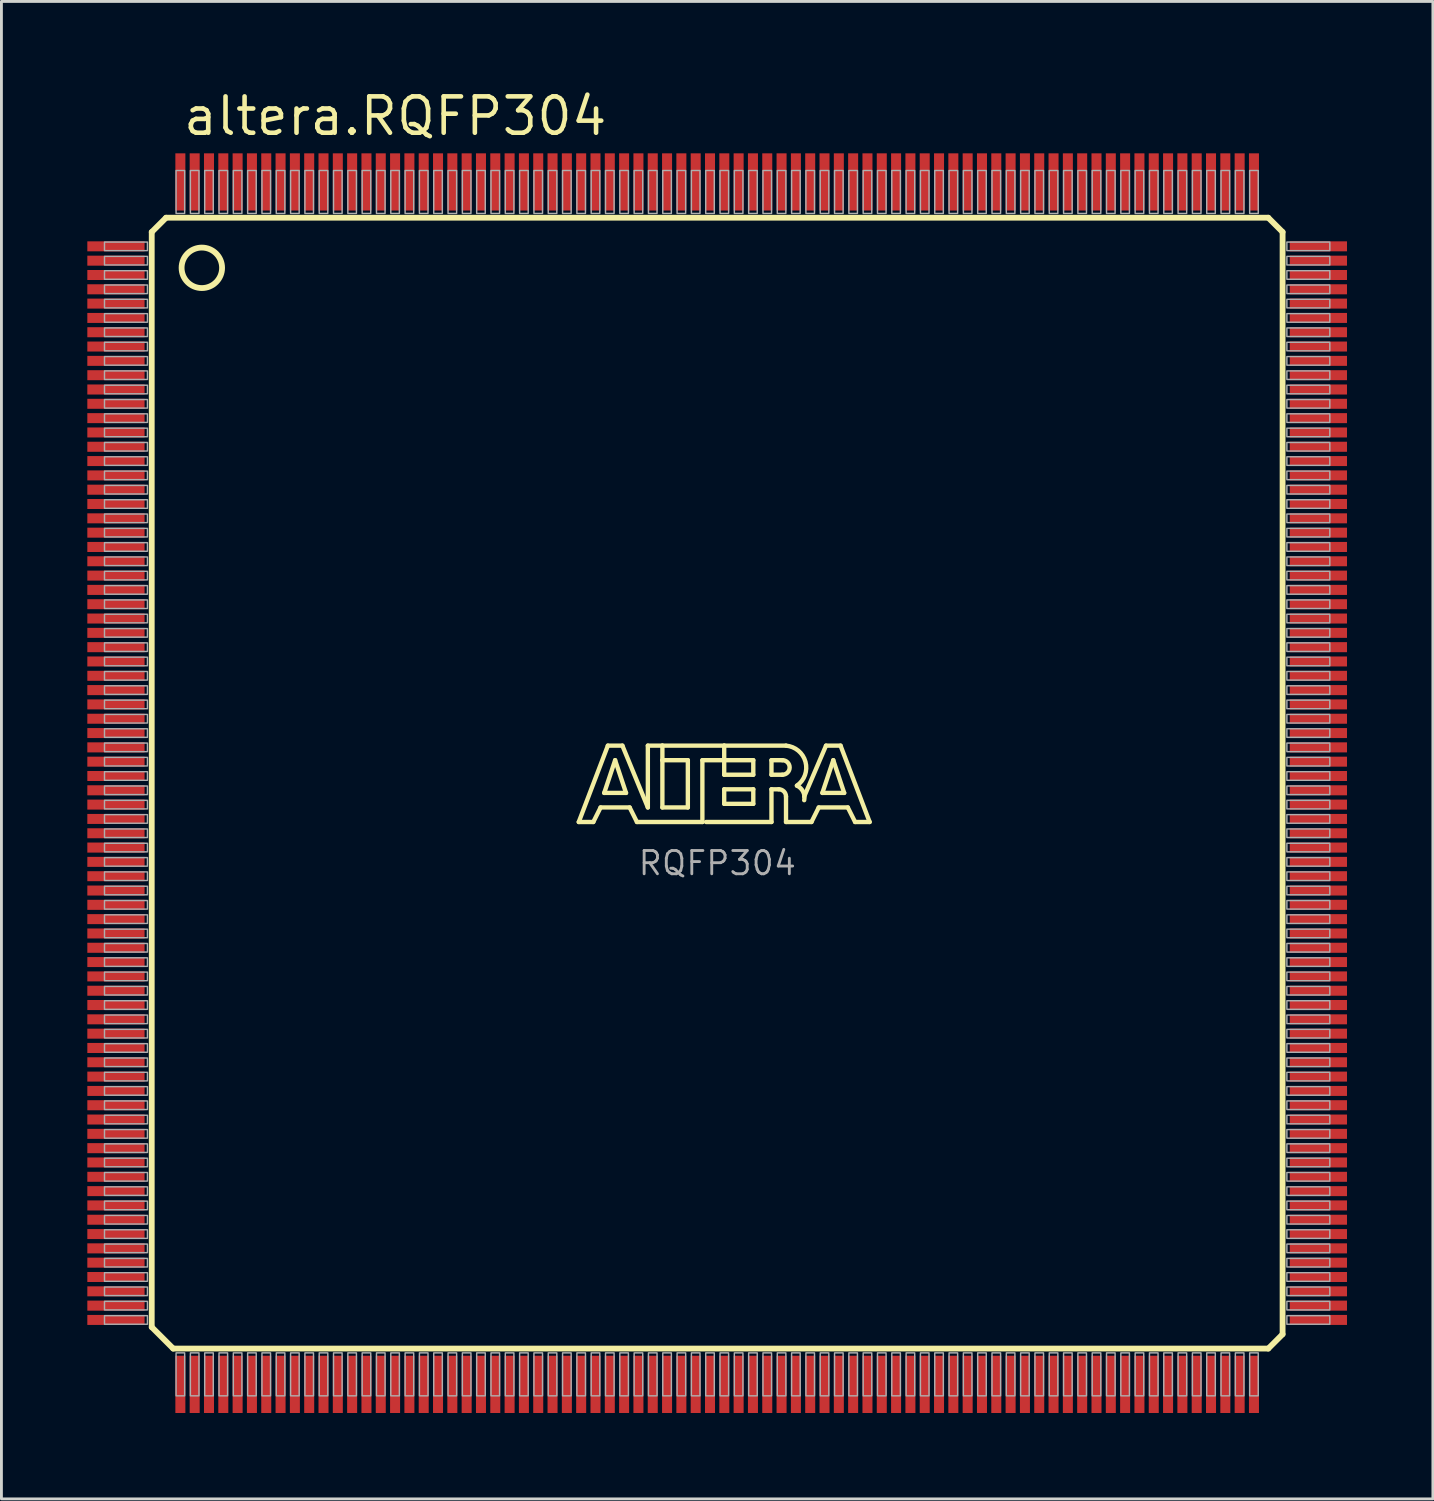
<source format=kicad_pcb>
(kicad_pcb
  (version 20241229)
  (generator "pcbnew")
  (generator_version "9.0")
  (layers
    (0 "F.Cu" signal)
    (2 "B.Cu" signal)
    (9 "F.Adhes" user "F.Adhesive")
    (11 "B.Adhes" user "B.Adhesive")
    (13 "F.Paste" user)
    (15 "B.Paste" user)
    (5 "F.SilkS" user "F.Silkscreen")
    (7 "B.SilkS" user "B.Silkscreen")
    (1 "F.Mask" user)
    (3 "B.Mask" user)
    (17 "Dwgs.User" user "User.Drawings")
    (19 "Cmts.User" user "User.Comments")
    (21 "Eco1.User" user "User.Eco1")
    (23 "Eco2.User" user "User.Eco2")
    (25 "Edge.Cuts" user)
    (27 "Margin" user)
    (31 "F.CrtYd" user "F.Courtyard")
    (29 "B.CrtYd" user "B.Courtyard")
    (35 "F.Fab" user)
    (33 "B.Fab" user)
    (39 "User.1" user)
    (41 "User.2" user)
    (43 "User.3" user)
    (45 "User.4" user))
  (footprint "altera.RQFP304"
    (layer "F.Cu")
    (at 22 24.305)
    (property "Reference" "altera.RQFP304" (at -18.729 -22.555 0) (layer "F.SilkS") (effects (font (size 1.27 1.27) (thickness 0.16)) (justify left bottom)))
    (attr smd)
    (fp_line (start -19.75 -19.25) (end -19.25 -19.75) (stroke (width 0.203) (type default)) (layer "F.SilkS"))
    (fp_line (start -19.75 19) (end -19.75 -19.25) (stroke (width 0.203) (type default)) (layer "F.SilkS"))
    (fp_line (start -19.25 -19.75) (end 19.25 -19.75) (stroke (width 0.203) (type default)) (layer "F.SilkS"))
    (fp_line (start -19 19.75) (end -19.75 19) (stroke (width 0.203) (type default)) (layer "F.SilkS"))
    (fp_line (start -4.834 1.357) (end -3.818 -1.31) (stroke (width 0.152) (type default)) (layer "F.SilkS"))
    (fp_line (start -4.326 1.357) (end -4.834 1.357) (stroke (width 0.152) (type default)) (layer "F.SilkS"))
    (fp_line (start -4.072 0.849) (end -4.326 1.357) (stroke (width 0.152) (type default)) (layer "F.SilkS"))
    (fp_line (start -3.945 0.341) (end -3.183 0.341) (stroke (width 0.152) (type default)) (layer "F.SilkS"))
    (fp_line (start -3.818 -1.31) (end -3.31 -1.31) (stroke (width 0.152) (type default)) (layer "F.SilkS"))
    (fp_line (start -3.564 -0.802) (end -3.945 0.341) (stroke (width 0.152) (type default)) (layer "F.SilkS"))
    (fp_line (start -3.31 -1.31) (end -2.421 0.849) (stroke (width 0.152) (type default)) (layer "F.SilkS"))
    (fp_line (start -3.183 0.341) (end -3.564 -0.802) (stroke (width 0.152) (type default)) (layer "F.SilkS"))
    (fp_line (start -3.056 0.849) (end -4.072 0.849) (stroke (width 0.152) (type default)) (layer "F.SilkS"))
    (fp_line (start -2.802 1.357) (end -3.056 0.849) (stroke (width 0.152) (type default)) (layer "F.SilkS"))
    (fp_line (start -2.421 -1.31) (end -1.913 -1.31) (stroke (width 0.152) (type default)) (layer "F.SilkS"))
    (fp_line (start -2.421 0.849) (end -2.421 -1.31) (stroke (width 0.152) (type default)) (layer "F.SilkS"))
    (fp_line (start -1.913 -1.31) (end -1.913 -0.802) (stroke (width 0.152) (type default)) (layer "F.SilkS"))
    (fp_line (start -1.913 -1.31) (end 0.246 -1.31) (stroke (width 0.152) (type default)) (layer "F.SilkS"))
    (fp_line (start -1.913 -0.802) (end -1.913 0.849) (stroke (width 0.152) (type default)) (layer "F.SilkS"))
    (fp_line (start -1.913 0.849) (end -1.024 0.849) (stroke (width 0.152) (type default)) (layer "F.SilkS"))
    (fp_line (start -1.024 -0.802) (end -1.913 -0.802) (stroke (width 0.152) (type default)) (layer "F.SilkS"))
    (fp_line (start -1.024 0.849) (end -1.024 -0.802) (stroke (width 0.152) (type default)) (layer "F.SilkS"))
    (fp_line (start -0.516 -0.802) (end -0.516 1.357) (stroke (width 0.152) (type default)) (layer "F.SilkS"))
    (fp_line (start -0.516 1.357) (end -2.802 1.357) (stroke (width 0.152) (type default)) (layer "F.SilkS"))
    (fp_line (start 0.246 -1.31) (end 0.246 -0.802) (stroke (width 0.152) (type default)) (layer "F.SilkS"))
    (fp_line (start 0.246 -1.31) (end 2.405 -1.31) (stroke (width 0.152) (type default)) (layer "F.SilkS"))
    (fp_line (start 0.246 -0.802) (end -0.516 -0.802) (stroke (width 0.152) (type default)) (layer "F.SilkS"))
    (fp_line (start 0.246 -0.802) (end 0.246 -0.294) (stroke (width 0.152) (type default)) (layer "F.SilkS"))
    (fp_line (start 0.246 -0.294) (end 1.262 -0.294) (stroke (width 0.152) (type default)) (layer "F.SilkS"))
    (fp_line (start 0.246 0.214) (end 1.262 0.214) (stroke (width 0.152) (type default)) (layer "F.SilkS"))
    (fp_line (start 0.246 0.722) (end 0.246 0.214) (stroke (width 0.152) (type default)) (layer "F.SilkS"))
    (fp_line (start 1.262 -0.802) (end 0.246 -0.802) (stroke (width 0.152) (type default)) (layer "F.SilkS"))
    (fp_line (start 1.262 -0.294) (end 1.262 -0.802) (stroke (width 0.152) (type default)) (layer "F.SilkS"))
    (fp_line (start 1.262 0.214) (end 1.262 0.722) (stroke (width 0.152) (type default)) (layer "F.SilkS"))
    (fp_line (start 1.262 0.722) (end 0.246 0.722) (stroke (width 0.152) (type default)) (layer "F.SilkS"))
    (fp_line (start 1.897 -0.802) (end 1.897 -0.294) (stroke (width 0.152) (type default)) (layer "F.SilkS"))
    (fp_line (start 1.897 -0.294) (end 2.278 -0.294) (stroke (width 0.152) (type default)) (layer "F.SilkS"))
    (fp_line (start 1.897 0.214) (end 1.897 1.357) (stroke (width 0.152) (type default)) (layer "F.SilkS"))
    (fp_line (start 1.897 0.214) (end 2.151 0.214) (stroke (width 0.152) (type default)) (layer "F.SilkS"))
    (fp_line (start 1.897 1.357) (end -0.389 1.357) (stroke (width 0.152) (type default)) (layer "F.SilkS"))
    (fp_line (start 2.278 -0.802) (end 1.897 -0.802) (stroke (width 0.152) (type default)) (layer "F.SilkS"))
    (fp_line (start 2.405 0.468) (end 2.405 1.357) (stroke (width 0.152) (type default)) (layer "F.SilkS"))
    (fp_line (start 2.405 1.357) (end 3.294 1.357) (stroke (width 0.152) (type default)) (layer "F.SilkS"))
    (fp_line (start 3.294 1.357) (end 3.548 0.849) (stroke (width 0.152) (type default)) (layer "F.SilkS"))
    (fp_line (start 3.548 0.849) (end 4.564 0.849) (stroke (width 0.152) (type default)) (layer "F.SilkS"))
    (fp_line (start 3.675 0.341) (end 4.056 -0.802) (stroke (width 0.152) (type default)) (layer "F.SilkS"))
    (fp_line (start 3.802 -1.31) (end 3.04 0.468) (stroke (width 0.152) (type default)) (layer "F.SilkS"))
    (fp_line (start 4.056 -0.802) (end 4.437 0.341) (stroke (width 0.152) (type default)) (layer "F.SilkS"))
    (fp_line (start 4.31 -1.31) (end 3.802 -1.31) (stroke (width 0.152) (type default)) (layer "F.SilkS"))
    (fp_line (start 4.437 0.341) (end 3.675 0.341) (stroke (width 0.152) (type default)) (layer "F.SilkS"))
    (fp_line (start 4.564 0.849) (end 4.818 1.357) (stroke (width 0.152) (type default)) (layer "F.SilkS"))
    (fp_line (start 4.818 1.357) (end 5.326 1.357) (stroke (width 0.152) (type default)) (layer "F.SilkS"))
    (fp_line (start 5.326 1.357) (end 4.31 -1.31) (stroke (width 0.152) (type default)) (layer "F.SilkS"))
    (fp_line (start 19.25 -19.75) (end 19.75 -19.25) (stroke (width 0.203) (type default)) (layer "F.SilkS"))
    (fp_line (start 19.25 19.75) (end -19 19.75) (stroke (width 0.203) (type default)) (layer "F.SilkS"))
    (fp_line (start 19.75 -19.25) (end 19.75 19.25) (stroke (width 0.203) (type default)) (layer "F.SilkS"))
    (fp_line (start 19.75 19.25) (end 19.25 19.75) (stroke (width 0.203) (type default)) (layer "F.SilkS"))
    (fp_arc (start 2.151 0.214) (mid 2.330605 0.288395) (end 2.405 0.468) (stroke (width 0.1524) (type default)) (layer "F.SilkS"))
    (fp_arc (start 2.278 -0.802) (mid 2.532 -0.548) (end 2.278 -0.294) (stroke (width 0.1524) (type default)) (layer "F.SilkS"))
    (fp_arc (start 2.405 -1.31) (mid 3.084953 -0.74477) (end 2.7861 0.0874) (stroke (width 0.1524) (type default)) (layer "F.SilkS"))
    (fp_arc (start 2.7861 0.0871) (mid 3.002081 0.296587) (end 3.0398 0.5951) (stroke (width 0.1524) (type default)) (layer "F.SilkS"))
    (fp_circle (center -18 -18) (end -17.293 -18) (stroke (width 0.203) (type default)) (fill no) (layer "F.SilkS"))
    (fp_rect (start -21.4 -18.6) (end -19.9 -18.9) (stroke (width 0.05) (type default)) (fill no) (layer "F.Fab"))
    (fp_rect (start -21.4 -18.1) (end -19.9 -18.4) (stroke (width 0.05) (type default)) (fill no) (layer "F.Fab"))
    (fp_rect (start -21.4 -17.6) (end -19.9 -17.9) (stroke (width 0.05) (type default)) (fill no) (layer "F.Fab"))
    (fp_rect (start -21.4 -17.1) (end -19.9 -17.4) (stroke (width 0.05) (type default)) (fill no) (layer "F.Fab"))
    (fp_rect (start -21.4 -16.6) (end -19.9 -16.9) (stroke (width 0.05) (type default)) (fill no) (layer "F.Fab"))
    (fp_rect (start -21.4 -16.1) (end -19.9 -16.4) (stroke (width 0.05) (type default)) (fill no) (layer "F.Fab"))
    (fp_rect (start -21.4 -15.6) (end -19.9 -15.9) (stroke (width 0.05) (type default)) (fill no) (layer "F.Fab"))
    (fp_rect (start -21.4 -15.1) (end -19.9 -15.4) (stroke (width 0.05) (type default)) (fill no) (layer "F.Fab"))
    (fp_rect (start -21.4 -14.6) (end -19.9 -14.9) (stroke (width 0.05) (type default)) (fill no) (layer "F.Fab"))
    (fp_rect (start -21.4 -14.1) (end -19.9 -14.4) (stroke (width 0.05) (type default)) (fill no) (layer "F.Fab"))
    (fp_rect (start -21.4 -13.6) (end -19.9 -13.9) (stroke (width 0.05) (type default)) (fill no) (layer "F.Fab"))
    (fp_rect (start -21.4 -13.1) (end -19.9 -13.4) (stroke (width 0.05) (type default)) (fill no) (layer "F.Fab"))
    (fp_rect (start -21.4 -12.6) (end -19.9 -12.9) (stroke (width 0.05) (type default)) (fill no) (layer "F.Fab"))
    (fp_rect (start -21.4 -12.1) (end -19.9 -12.4) (stroke (width 0.05) (type default)) (fill no) (layer "F.Fab"))
    (fp_rect (start -21.4 -11.6) (end -19.9 -11.9) (stroke (width 0.05) (type default)) (fill no) (layer "F.Fab"))
    (fp_rect (start -21.4 -11.1) (end -19.9 -11.4) (stroke (width 0.05) (type default)) (fill no) (layer "F.Fab"))
    (fp_rect (start -21.4 -10.6) (end -19.9 -10.9) (stroke (width 0.05) (type default)) (fill no) (layer "F.Fab"))
    (fp_rect (start -21.4 -10.1) (end -19.9 -10.4) (stroke (width 0.05) (type default)) (fill no) (layer "F.Fab"))
    (fp_rect (start -21.4 -9.6) (end -19.9 -9.9) (stroke (width 0.05) (type default)) (fill no) (layer "F.Fab"))
    (fp_rect (start -21.4 -9.1) (end -19.9 -9.4) (stroke (width 0.05) (type default)) (fill no) (layer "F.Fab"))
    (fp_rect (start -21.4 -8.6) (end -19.9 -8.9) (stroke (width 0.05) (type default)) (fill no) (layer "F.Fab"))
    (fp_rect (start -21.4 -8.1) (end -19.9 -8.4) (stroke (width 0.05) (type default)) (fill no) (layer "F.Fab"))
    (fp_rect (start -21.4 -7.6) (end -19.9 -7.9) (stroke (width 0.05) (type default)) (fill no) (layer "F.Fab"))
    (fp_rect (start -21.4 -7.1) (end -19.9 -7.4) (stroke (width 0.05) (type default)) (fill no) (layer "F.Fab"))
    (fp_rect (start -21.4 -6.6) (end -19.9 -6.9) (stroke (width 0.05) (type default)) (fill no) (layer "F.Fab"))
    (fp_rect (start -21.4 -6.1) (end -19.9 -6.4) (stroke (width 0.05) (type default)) (fill no) (layer "F.Fab"))
    (fp_rect (start -21.4 -5.6) (end -19.9 -5.9) (stroke (width 0.05) (type default)) (fill no) (layer "F.Fab"))
    (fp_rect (start -21.4 -5.1) (end -19.9 -5.4) (stroke (width 0.05) (type default)) (fill no) (layer "F.Fab"))
    (fp_rect (start -21.4 -4.6) (end -19.9 -4.9) (stroke (width 0.05) (type default)) (fill no) (layer "F.Fab"))
    (fp_rect (start -21.4 -4.1) (end -19.9 -4.4) (stroke (width 0.05) (type default)) (fill no) (layer "F.Fab"))
    (fp_rect (start -21.4 -3.6) (end -19.9 -3.9) (stroke (width 0.05) (type default)) (fill no) (layer "F.Fab"))
    (fp_rect (start -21.4 -3.1) (end -19.9 -3.4) (stroke (width 0.05) (type default)) (fill no) (layer "F.Fab"))
    (fp_rect (start -21.4 -2.6) (end -19.9 -2.9) (stroke (width 0.05) (type default)) (fill no) (layer "F.Fab"))
    (fp_rect (start -21.4 -2.1) (end -19.9 -2.4) (stroke (width 0.05) (type default)) (fill no) (layer "F.Fab"))
    (fp_rect (start -21.4 -1.6) (end -19.9 -1.9) (stroke (width 0.05) (type default)) (fill no) (layer "F.Fab"))
    (fp_rect (start -21.4 -1.1) (end -19.9 -1.4) (stroke (width 0.05) (type default)) (fill no) (layer "F.Fab"))
    (fp_rect (start -21.4 -0.6) (end -19.9 -0.9) (stroke (width 0.05) (type default)) (fill no) (layer "F.Fab"))
    (fp_rect (start -21.4 -0.1) (end -19.9 -0.4) (stroke (width 0.05) (type default)) (fill no) (layer "F.Fab"))
    (fp_rect (start -21.4 0.4) (end -19.9 0.1) (stroke (width 0.05) (type default)) (fill no) (layer "F.Fab"))
    (fp_rect (start -21.4 0.9) (end -19.9 0.6) (stroke (width 0.05) (type default)) (fill no) (layer "F.Fab"))
    (fp_rect (start -21.4 1.4) (end -19.9 1.1) (stroke (width 0.05) (type default)) (fill no) (layer "F.Fab"))
    (fp_rect (start -21.4 1.9) (end -19.9 1.6) (stroke (width 0.05) (type default)) (fill no) (layer "F.Fab"))
    (fp_rect (start -21.4 2.4) (end -19.9 2.1) (stroke (width 0.05) (type default)) (fill no) (layer "F.Fab"))
    (fp_rect (start -21.4 2.9) (end -19.9 2.6) (stroke (width 0.05) (type default)) (fill no) (layer "F.Fab"))
    (fp_rect (start -21.4 3.4) (end -19.9 3.1) (stroke (width 0.05) (type default)) (fill no) (layer "F.Fab"))
    (fp_rect (start -21.4 3.9) (end -19.9 3.6) (stroke (width 0.05) (type default)) (fill no) (layer "F.Fab"))
    (fp_rect (start -21.4 4.4) (end -19.9 4.1) (stroke (width 0.05) (type default)) (fill no) (layer "F.Fab"))
    (fp_rect (start -21.4 4.9) (end -19.9 4.6) (stroke (width 0.05) (type default)) (fill no) (layer "F.Fab"))
    (fp_rect (start -21.4 5.4) (end -19.9 5.1) (stroke (width 0.05) (type default)) (fill no) (layer "F.Fab"))
    (fp_rect (start -21.4 5.9) (end -19.9 5.6) (stroke (width 0.05) (type default)) (fill no) (layer "F.Fab"))
    (fp_rect (start -21.4 6.4) (end -19.9 6.1) (stroke (width 0.05) (type default)) (fill no) (layer "F.Fab"))
    (fp_rect (start -21.4 6.9) (end -19.9 6.6) (stroke (width 0.05) (type default)) (fill no) (layer "F.Fab"))
    (fp_rect (start -21.4 7.4) (end -19.9 7.1) (stroke (width 0.05) (type default)) (fill no) (layer "F.Fab"))
    (fp_rect (start -21.4 7.9) (end -19.9 7.6) (stroke (width 0.05) (type default)) (fill no) (layer "F.Fab"))
    (fp_rect (start -21.4 8.4) (end -19.9 8.1) (stroke (width 0.05) (type default)) (fill no) (layer "F.Fab"))
    (fp_rect (start -21.4 8.9) (end -19.9 8.6) (stroke (width 0.05) (type default)) (fill no) (layer "F.Fab"))
    (fp_rect (start -21.4 9.4) (end -19.9 9.1) (stroke (width 0.05) (type default)) (fill no) (layer "F.Fab"))
    (fp_rect (start -21.4 9.9) (end -19.9 9.6) (stroke (width 0.05) (type default)) (fill no) (layer "F.Fab"))
    (fp_rect (start -21.4 10.4) (end -19.9 10.1) (stroke (width 0.05) (type default)) (fill no) (layer "F.Fab"))
    (fp_rect (start -21.4 10.9) (end -19.9 10.6) (stroke (width 0.05) (type default)) (fill no) (layer "F.Fab"))
    (fp_rect (start -21.4 11.4) (end -19.9 11.1) (stroke (width 0.05) (type default)) (fill no) (layer "F.Fab"))
    (fp_rect (start -21.4 11.9) (end -19.9 11.6) (stroke (width 0.05) (type default)) (fill no) (layer "F.Fab"))
    (fp_rect (start -21.4 12.4) (end -19.9 12.1) (stroke (width 0.05) (type default)) (fill no) (layer "F.Fab"))
    (fp_rect (start -21.4 12.9) (end -19.9 12.6) (stroke (width 0.05) (type default)) (fill no) (layer "F.Fab"))
    (fp_rect (start -21.4 13.4) (end -19.9 13.1) (stroke (width 0.05) (type default)) (fill no) (layer "F.Fab"))
    (fp_rect (start -21.4 13.9) (end -19.9 13.6) (stroke (width 0.05) (type default)) (fill no) (layer "F.Fab"))
    (fp_rect (start -21.4 14.4) (end -19.9 14.1) (stroke (width 0.05) (type default)) (fill no) (layer "F.Fab"))
    (fp_rect (start -21.4 14.9) (end -19.9 14.6) (stroke (width 0.05) (type default)) (fill no) (layer "F.Fab"))
    (fp_rect (start -21.4 15.4) (end -19.9 15.1) (stroke (width 0.05) (type default)) (fill no) (layer "F.Fab"))
    (fp_rect (start -21.4 15.9) (end -19.9 15.6) (stroke (width 0.05) (type default)) (fill no) (layer "F.Fab"))
    (fp_rect (start -21.4 16.4) (end -19.9 16.1) (stroke (width 0.05) (type default)) (fill no) (layer "F.Fab"))
    (fp_rect (start -21.4 16.9) (end -19.9 16.6) (stroke (width 0.05) (type default)) (fill no) (layer "F.Fab"))
    (fp_rect (start -21.4 17.4) (end -19.9 17.1) (stroke (width 0.05) (type default)) (fill no) (layer "F.Fab"))
    (fp_rect (start -21.4 17.9) (end -19.9 17.6) (stroke (width 0.05) (type default)) (fill no) (layer "F.Fab"))
    (fp_rect (start -21.4 18.4) (end -19.9 18.1) (stroke (width 0.05) (type default)) (fill no) (layer "F.Fab"))
    (fp_rect (start -21.4 18.9) (end -19.9 18.6) (stroke (width 0.05) (type default)) (fill no) (layer "F.Fab"))
    (fp_rect (start -18.9 -19.9) (end -18.6 -21.4) (stroke (width 0.05) (type default)) (fill no) (layer "F.Fab"))
    (fp_rect (start -18.9 21.4) (end -18.6 19.9) (stroke (width 0.05) (type default)) (fill no) (layer "F.Fab"))
    (fp_rect (start -18.4 -19.9) (end -18.1 -21.4) (stroke (width 0.05) (type default)) (fill no) (layer "F.Fab"))
    (fp_rect (start -18.4 21.4) (end -18.1 19.9) (stroke (width 0.05) (type default)) (fill no) (layer "F.Fab"))
    (fp_rect (start -17.9 -19.9) (end -17.6 -21.4) (stroke (width 0.05) (type default)) (fill no) (layer "F.Fab"))
    (fp_rect (start -17.9 21.4) (end -17.6 19.9) (stroke (width 0.05) (type default)) (fill no) (layer "F.Fab"))
    (fp_rect (start -17.4 -19.9) (end -17.1 -21.4) (stroke (width 0.05) (type default)) (fill no) (layer "F.Fab"))
    (fp_rect (start -17.4 21.4) (end -17.1 19.9) (stroke (width 0.05) (type default)) (fill no) (layer "F.Fab"))
    (fp_rect (start -16.9 -19.9) (end -16.6 -21.4) (stroke (width 0.05) (type default)) (fill no) (layer "F.Fab"))
    (fp_rect (start -16.9 21.4) (end -16.6 19.9) (stroke (width 0.05) (type default)) (fill no) (layer "F.Fab"))
    (fp_rect (start -16.4 -19.9) (end -16.1 -21.4) (stroke (width 0.05) (type default)) (fill no) (layer "F.Fab"))
    (fp_rect (start -16.4 21.4) (end -16.1 19.9) (stroke (width 0.05) (type default)) (fill no) (layer "F.Fab"))
    (fp_rect (start -15.9 -19.9) (end -15.6 -21.4) (stroke (width 0.05) (type default)) (fill no) (layer "F.Fab"))
    (fp_rect (start -15.9 21.4) (end -15.6 19.9) (stroke (width 0.05) (type default)) (fill no) (layer "F.Fab"))
    (fp_rect (start -15.4 -19.9) (end -15.1 -21.4) (stroke (width 0.05) (type default)) (fill no) (layer "F.Fab"))
    (fp_rect (start -15.4 21.4) (end -15.1 19.9) (stroke (width 0.05) (type default)) (fill no) (layer "F.Fab"))
    (fp_rect (start -14.9 -19.9) (end -14.6 -21.4) (stroke (width 0.05) (type default)) (fill no) (layer "F.Fab"))
    (fp_rect (start -14.9 21.4) (end -14.6 19.9) (stroke (width 0.05) (type default)) (fill no) (layer "F.Fab"))
    (fp_rect (start -14.4 -19.9) (end -14.1 -21.4) (stroke (width 0.05) (type default)) (fill no) (layer "F.Fab"))
    (fp_rect (start -14.4 21.4) (end -14.1 19.9) (stroke (width 0.05) (type default)) (fill no) (layer "F.Fab"))
    (fp_rect (start -13.9 -19.9) (end -13.6 -21.4) (stroke (width 0.05) (type default)) (fill no) (layer "F.Fab"))
    (fp_rect (start -13.9 21.4) (end -13.6 19.9) (stroke (width 0.05) (type default)) (fill no) (layer "F.Fab"))
    (fp_rect (start -13.4 -19.9) (end -13.1 -21.4) (stroke (width 0.05) (type default)) (fill no) (layer "F.Fab"))
    (fp_rect (start -13.4 21.4) (end -13.1 19.9) (stroke (width 0.05) (type default)) (fill no) (layer "F.Fab"))
    (fp_rect (start -12.9 -19.9) (end -12.6 -21.4) (stroke (width 0.05) (type default)) (fill no) (layer "F.Fab"))
    (fp_rect (start -12.9 21.4) (end -12.6 19.9) (stroke (width 0.05) (type default)) (fill no) (layer "F.Fab"))
    (fp_rect (start -12.4 -19.9) (end -12.1 -21.4) (stroke (width 0.05) (type default)) (fill no) (layer "F.Fab"))
    (fp_rect (start -12.4 21.4) (end -12.1 19.9) (stroke (width 0.05) (type default)) (fill no) (layer "F.Fab"))
    (fp_rect (start -11.9 -19.9) (end -11.6 -21.4) (stroke (width 0.05) (type default)) (fill no) (layer "F.Fab"))
    (fp_rect (start -11.9 21.4) (end -11.6 19.9) (stroke (width 0.05) (type default)) (fill no) (layer "F.Fab"))
    (fp_rect (start -11.4 -19.9) (end -11.1 -21.4) (stroke (width 0.05) (type default)) (fill no) (layer "F.Fab"))
    (fp_rect (start -11.4 21.4) (end -11.1 19.9) (stroke (width 0.05) (type default)) (fill no) (layer "F.Fab"))
    (fp_rect (start -10.9 -19.9) (end -10.6 -21.4) (stroke (width 0.05) (type default)) (fill no) (layer "F.Fab"))
    (fp_rect (start -10.9 21.4) (end -10.6 19.9) (stroke (width 0.05) (type default)) (fill no) (layer "F.Fab"))
    (fp_rect (start -10.4 -19.9) (end -10.1 -21.4) (stroke (width 0.05) (type default)) (fill no) (layer "F.Fab"))
    (fp_rect (start -10.4 21.4) (end -10.1 19.9) (stroke (width 0.05) (type default)) (fill no) (layer "F.Fab"))
    (fp_rect (start -9.9 -19.9) (end -9.6 -21.4) (stroke (width 0.05) (type default)) (fill no) (layer "F.Fab"))
    (fp_rect (start -9.9 21.4) (end -9.6 19.9) (stroke (width 0.05) (type default)) (fill no) (layer "F.Fab"))
    (fp_rect (start -9.4 -19.9) (end -9.1 -21.4) (stroke (width 0.05) (type default)) (fill no) (layer "F.Fab"))
    (fp_rect (start -9.4 21.4) (end -9.1 19.9) (stroke (width 0.05) (type default)) (fill no) (layer "F.Fab"))
    (fp_rect (start -8.9 -19.9) (end -8.6 -21.4) (stroke (width 0.05) (type default)) (fill no) (layer "F.Fab"))
    (fp_rect (start -8.9 21.4) (end -8.6 19.9) (stroke (width 0.05) (type default)) (fill no) (layer "F.Fab"))
    (fp_rect (start -8.4 -19.9) (end -8.1 -21.4) (stroke (width 0.05) (type default)) (fill no) (layer "F.Fab"))
    (fp_rect (start -8.4 21.4) (end -8.1 19.9) (stroke (width 0.05) (type default)) (fill no) (layer "F.Fab"))
    (fp_rect (start -7.9 -19.9) (end -7.6 -21.4) (stroke (width 0.05) (type default)) (fill no) (layer "F.Fab"))
    (fp_rect (start -7.9 21.4) (end -7.6 19.9) (stroke (width 0.05) (type default)) (fill no) (layer "F.Fab"))
    (fp_rect (start -7.4 -19.9) (end -7.1 -21.4) (stroke (width 0.05) (type default)) (fill no) (layer "F.Fab"))
    (fp_rect (start -7.4 21.4) (end -7.1 19.9) (stroke (width 0.05) (type default)) (fill no) (layer "F.Fab"))
    (fp_rect (start -6.9 -19.9) (end -6.6 -21.4) (stroke (width 0.05) (type default)) (fill no) (layer "F.Fab"))
    (fp_rect (start -6.9 21.4) (end -6.6 19.9) (stroke (width 0.05) (type default)) (fill no) (layer "F.Fab"))
    (fp_rect (start -6.4 -19.9) (end -6.1 -21.4) (stroke (width 0.05) (type default)) (fill no) (layer "F.Fab"))
    (fp_rect (start -6.4 21.4) (end -6.1 19.9) (stroke (width 0.05) (type default)) (fill no) (layer "F.Fab"))
    (fp_rect (start -5.9 -19.9) (end -5.6 -21.4) (stroke (width 0.05) (type default)) (fill no) (layer "F.Fab"))
    (fp_rect (start -5.9 21.4) (end -5.6 19.9) (stroke (width 0.05) (type default)) (fill no) (layer "F.Fab"))
    (fp_rect (start -5.4 -19.9) (end -5.1 -21.4) (stroke (width 0.05) (type default)) (fill no) (layer "F.Fab"))
    (fp_rect (start -5.4 21.4) (end -5.1 19.9) (stroke (width 0.05) (type default)) (fill no) (layer "F.Fab"))
    (fp_rect (start -4.9 -19.9) (end -4.6 -21.4) (stroke (width 0.05) (type default)) (fill no) (layer "F.Fab"))
    (fp_rect (start -4.9 21.4) (end -4.6 19.9) (stroke (width 0.05) (type default)) (fill no) (layer "F.Fab"))
    (fp_rect (start -4.4 -19.9) (end -4.1 -21.4) (stroke (width 0.05) (type default)) (fill no) (layer "F.Fab"))
    (fp_rect (start -4.4 21.4) (end -4.1 19.9) (stroke (width 0.05) (type default)) (fill no) (layer "F.Fab"))
    (fp_rect (start -3.9 -19.9) (end -3.6 -21.4) (stroke (width 0.05) (type default)) (fill no) (layer "F.Fab"))
    (fp_rect (start -3.9 21.4) (end -3.6 19.9) (stroke (width 0.05) (type default)) (fill no) (layer "F.Fab"))
    (fp_rect (start -3.4 -19.9) (end -3.1 -21.4) (stroke (width 0.05) (type default)) (fill no) (layer "F.Fab"))
    (fp_rect (start -3.4 21.4) (end -3.1 19.9) (stroke (width 0.05) (type default)) (fill no) (layer "F.Fab"))
    (fp_rect (start -2.9 -19.9) (end -2.6 -21.4) (stroke (width 0.05) (type default)) (fill no) (layer "F.Fab"))
    (fp_rect (start -2.9 21.4) (end -2.6 19.9) (stroke (width 0.05) (type default)) (fill no) (layer "F.Fab"))
    (fp_rect (start -2.4 -19.9) (end -2.1 -21.4) (stroke (width 0.05) (type default)) (fill no) (layer "F.Fab"))
    (fp_rect (start -2.4 21.4) (end -2.1 19.9) (stroke (width 0.05) (type default)) (fill no) (layer "F.Fab"))
    (fp_rect (start -1.9 -19.9) (end -1.6 -21.4) (stroke (width 0.05) (type default)) (fill no) (layer "F.Fab"))
    (fp_rect (start -1.9 21.4) (end -1.6 19.9) (stroke (width 0.05) (type default)) (fill no) (layer "F.Fab"))
    (fp_rect (start -1.4 -19.9) (end -1.1 -21.4) (stroke (width 0.05) (type default)) (fill no) (layer "F.Fab"))
    (fp_rect (start -1.4 21.4) (end -1.1 19.9) (stroke (width 0.05) (type default)) (fill no) (layer "F.Fab"))
    (fp_rect (start -0.9 -19.9) (end -0.6 -21.4) (stroke (width 0.05) (type default)) (fill no) (layer "F.Fab"))
    (fp_rect (start -0.9 21.4) (end -0.6 19.9) (stroke (width 0.05) (type default)) (fill no) (layer "F.Fab"))
    (fp_rect (start -0.4 -19.9) (end -0.1 -21.4) (stroke (width 0.05) (type default)) (fill no) (layer "F.Fab"))
    (fp_rect (start -0.4 21.4) (end -0.1 19.9) (stroke (width 0.05) (type default)) (fill no) (layer "F.Fab"))
    (fp_rect (start 0.1 -19.9) (end 0.4 -21.4) (stroke (width 0.05) (type default)) (fill no) (layer "F.Fab"))
    (fp_rect (start 0.1 21.4) (end 0.4 19.9) (stroke (width 0.05) (type default)) (fill no) (layer "F.Fab"))
    (fp_rect (start 0.6 -19.9) (end 0.9 -21.4) (stroke (width 0.05) (type default)) (fill no) (layer "F.Fab"))
    (fp_rect (start 0.6 21.4) (end 0.9 19.9) (stroke (width 0.05) (type default)) (fill no) (layer "F.Fab"))
    (fp_rect (start 1.1 -19.9) (end 1.4 -21.4) (stroke (width 0.05) (type default)) (fill no) (layer "F.Fab"))
    (fp_rect (start 1.1 21.4) (end 1.4 19.9) (stroke (width 0.05) (type default)) (fill no) (layer "F.Fab"))
    (fp_rect (start 1.6 -19.9) (end 1.9 -21.4) (stroke (width 0.05) (type default)) (fill no) (layer "F.Fab"))
    (fp_rect (start 1.6 21.4) (end 1.9 19.9) (stroke (width 0.05) (type default)) (fill no) (layer "F.Fab"))
    (fp_rect (start 2.1 -19.9) (end 2.4 -21.4) (stroke (width 0.05) (type default)) (fill no) (layer "F.Fab"))
    (fp_rect (start 2.1 21.4) (end 2.4 19.9) (stroke (width 0.05) (type default)) (fill no) (layer "F.Fab"))
    (fp_rect (start 2.6 -19.9) (end 2.9 -21.4) (stroke (width 0.05) (type default)) (fill no) (layer "F.Fab"))
    (fp_rect (start 2.6 21.4) (end 2.9 19.9) (stroke (width 0.05) (type default)) (fill no) (layer "F.Fab"))
    (fp_rect (start 3.1 -19.9) (end 3.4 -21.4) (stroke (width 0.05) (type default)) (fill no) (layer "F.Fab"))
    (fp_rect (start 3.1 21.4) (end 3.4 19.9) (stroke (width 0.05) (type default)) (fill no) (layer "F.Fab"))
    (fp_rect (start 3.6 -19.9) (end 3.9 -21.4) (stroke (width 0.05) (type default)) (fill no) (layer "F.Fab"))
    (fp_rect (start 3.6 21.4) (end 3.9 19.9) (stroke (width 0.05) (type default)) (fill no) (layer "F.Fab"))
    (fp_rect (start 4.1 -19.9) (end 4.4 -21.4) (stroke (width 0.05) (type default)) (fill no) (layer "F.Fab"))
    (fp_rect (start 4.1 21.4) (end 4.4 19.9) (stroke (width 0.05) (type default)) (fill no) (layer "F.Fab"))
    (fp_rect (start 4.6 -19.9) (end 4.9 -21.4) (stroke (width 0.05) (type default)) (fill no) (layer "F.Fab"))
    (fp_rect (start 4.6 21.4) (end 4.9 19.9) (stroke (width 0.05) (type default)) (fill no) (layer "F.Fab"))
    (fp_rect (start 5.1 -19.9) (end 5.4 -21.4) (stroke (width 0.05) (type default)) (fill no) (layer "F.Fab"))
    (fp_rect (start 5.1 21.4) (end 5.4 19.9) (stroke (width 0.05) (type default)) (fill no) (layer "F.Fab"))
    (fp_rect (start 5.6 -19.9) (end 5.9 -21.4) (stroke (width 0.05) (type default)) (fill no) (layer "F.Fab"))
    (fp_rect (start 5.6 21.4) (end 5.9 19.9) (stroke (width 0.05) (type default)) (fill no) (layer "F.Fab"))
    (fp_rect (start 6.1 -19.9) (end 6.4 -21.4) (stroke (width 0.05) (type default)) (fill no) (layer "F.Fab"))
    (fp_rect (start 6.1 21.4) (end 6.4 19.9) (stroke (width 0.05) (type default)) (fill no) (layer "F.Fab"))
    (fp_rect (start 6.6 -19.9) (end 6.9 -21.4) (stroke (width 0.05) (type default)) (fill no) (layer "F.Fab"))
    (fp_rect (start 6.6 21.4) (end 6.9 19.9) (stroke (width 0.05) (type default)) (fill no) (layer "F.Fab"))
    (fp_rect (start 7.1 -19.9) (end 7.4 -21.4) (stroke (width 0.05) (type default)) (fill no) (layer "F.Fab"))
    (fp_rect (start 7.1 21.4) (end 7.4 19.9) (stroke (width 0.05) (type default)) (fill no) (layer "F.Fab"))
    (fp_rect (start 7.6 -19.9) (end 7.9 -21.4) (stroke (width 0.05) (type default)) (fill no) (layer "F.Fab"))
    (fp_rect (start 7.6 21.4) (end 7.9 19.9) (stroke (width 0.05) (type default)) (fill no) (layer "F.Fab"))
    (fp_rect (start 8.1 -19.9) (end 8.4 -21.4) (stroke (width 0.05) (type default)) (fill no) (layer "F.Fab"))
    (fp_rect (start 8.1 21.4) (end 8.4 19.9) (stroke (width 0.05) (type default)) (fill no) (layer "F.Fab"))
    (fp_rect (start 8.6 -19.9) (end 8.9 -21.4) (stroke (width 0.05) (type default)) (fill no) (layer "F.Fab"))
    (fp_rect (start 8.6 21.4) (end 8.9 19.9) (stroke (width 0.05) (type default)) (fill no) (layer "F.Fab"))
    (fp_rect (start 9.1 -19.9) (end 9.4 -21.4) (stroke (width 0.05) (type default)) (fill no) (layer "F.Fab"))
    (fp_rect (start 9.1 21.4) (end 9.4 19.9) (stroke (width 0.05) (type default)) (fill no) (layer "F.Fab"))
    (fp_rect (start 9.6 -19.9) (end 9.9 -21.4) (stroke (width 0.05) (type default)) (fill no) (layer "F.Fab"))
    (fp_rect (start 9.6 21.4) (end 9.9 19.9) (stroke (width 0.05) (type default)) (fill no) (layer "F.Fab"))
    (fp_rect (start 10.1 -19.9) (end 10.4 -21.4) (stroke (width 0.05) (type default)) (fill no) (layer "F.Fab"))
    (fp_rect (start 10.1 21.4) (end 10.4 19.9) (stroke (width 0.05) (type default)) (fill no) (layer "F.Fab"))
    (fp_rect (start 10.6 -19.9) (end 10.9 -21.4) (stroke (width 0.05) (type default)) (fill no) (layer "F.Fab"))
    (fp_rect (start 10.6 21.4) (end 10.9 19.9) (stroke (width 0.05) (type default)) (fill no) (layer "F.Fab"))
    (fp_rect (start 11.1 -19.9) (end 11.4 -21.4) (stroke (width 0.05) (type default)) (fill no) (layer "F.Fab"))
    (fp_rect (start 11.1 21.4) (end 11.4 19.9) (stroke (width 0.05) (type default)) (fill no) (layer "F.Fab"))
    (fp_rect (start 11.6 -19.9) (end 11.9 -21.4) (stroke (width 0.05) (type default)) (fill no) (layer "F.Fab"))
    (fp_rect (start 11.6 21.4) (end 11.9 19.9) (stroke (width 0.05) (type default)) (fill no) (layer "F.Fab"))
    (fp_rect (start 12.1 -19.9) (end 12.4 -21.4) (stroke (width 0.05) (type default)) (fill no) (layer "F.Fab"))
    (fp_rect (start 12.1 21.4) (end 12.4 19.9) (stroke (width 0.05) (type default)) (fill no) (layer "F.Fab"))
    (fp_rect (start 12.6 -19.9) (end 12.9 -21.4) (stroke (width 0.05) (type default)) (fill no) (layer "F.Fab"))
    (fp_rect (start 12.6 21.4) (end 12.9 19.9) (stroke (width 0.05) (type default)) (fill no) (layer "F.Fab"))
    (fp_rect (start 13.1 -19.9) (end 13.4 -21.4) (stroke (width 0.05) (type default)) (fill no) (layer "F.Fab"))
    (fp_rect (start 13.1 21.4) (end 13.4 19.9) (stroke (width 0.05) (type default)) (fill no) (layer "F.Fab"))
    (fp_rect (start 13.6 -19.9) (end 13.9 -21.4) (stroke (width 0.05) (type default)) (fill no) (layer "F.Fab"))
    (fp_rect (start 13.6 21.4) (end 13.9 19.9) (stroke (width 0.05) (type default)) (fill no) (layer "F.Fab"))
    (fp_rect (start 14.1 -19.9) (end 14.4 -21.4) (stroke (width 0.05) (type default)) (fill no) (layer "F.Fab"))
    (fp_rect (start 14.1 21.4) (end 14.4 19.9) (stroke (width 0.05) (type default)) (fill no) (layer "F.Fab"))
    (fp_rect (start 14.6 -19.9) (end 14.9 -21.4) (stroke (width 0.05) (type default)) (fill no) (layer "F.Fab"))
    (fp_rect (start 14.6 21.4) (end 14.9 19.9) (stroke (width 0.05) (type default)) (fill no) (layer "F.Fab"))
    (fp_rect (start 15.1 -19.9) (end 15.4 -21.4) (stroke (width 0.05) (type default)) (fill no) (layer "F.Fab"))
    (fp_rect (start 15.1 21.4) (end 15.4 19.9) (stroke (width 0.05) (type default)) (fill no) (layer "F.Fab"))
    (fp_rect (start 15.6 -19.9) (end 15.9 -21.4) (stroke (width 0.05) (type default)) (fill no) (layer "F.Fab"))
    (fp_rect (start 15.6 21.4) (end 15.9 19.9) (stroke (width 0.05) (type default)) (fill no) (layer "F.Fab"))
    (fp_rect (start 16.1 -19.9) (end 16.4 -21.4) (stroke (width 0.05) (type default)) (fill no) (layer "F.Fab"))
    (fp_rect (start 16.1 21.4) (end 16.4 19.9) (stroke (width 0.05) (type default)) (fill no) (layer "F.Fab"))
    (fp_rect (start 16.6 -19.9) (end 16.9 -21.4) (stroke (width 0.05) (type default)) (fill no) (layer "F.Fab"))
    (fp_rect (start 16.6 21.4) (end 16.9 19.9) (stroke (width 0.05) (type default)) (fill no) (layer "F.Fab"))
    (fp_rect (start 17.1 -19.9) (end 17.4 -21.4) (stroke (width 0.05) (type default)) (fill no) (layer "F.Fab"))
    (fp_rect (start 17.1 21.4) (end 17.4 19.9) (stroke (width 0.05) (type default)) (fill no) (layer "F.Fab"))
    (fp_rect (start 17.6 -19.9) (end 17.9 -21.4) (stroke (width 0.05) (type default)) (fill no) (layer "F.Fab"))
    (fp_rect (start 17.6 21.4) (end 17.9 19.9) (stroke (width 0.05) (type default)) (fill no) (layer "F.Fab"))
    (fp_rect (start 18.1 -19.9) (end 18.4 -21.4) (stroke (width 0.05) (type default)) (fill no) (layer "F.Fab"))
    (fp_rect (start 18.1 21.4) (end 18.4 19.9) (stroke (width 0.05) (type default)) (fill no) (layer "F.Fab"))
    (fp_rect (start 18.6 -19.9) (end 18.9 -21.4) (stroke (width 0.05) (type default)) (fill no) (layer "F.Fab"))
    (fp_rect (start 18.6 21.4) (end 18.9 19.9) (stroke (width 0.05) (type default)) (fill no) (layer "F.Fab"))
    (fp_rect (start 19.9 -18.6) (end 21.4 -18.9) (stroke (width 0.05) (type default)) (fill no) (layer "F.Fab"))
    (fp_rect (start 19.9 -18.1) (end 21.4 -18.4) (stroke (width 0.05) (type default)) (fill no) (layer "F.Fab"))
    (fp_rect (start 19.9 -17.6) (end 21.4 -17.9) (stroke (width 0.05) (type default)) (fill no) (layer "F.Fab"))
    (fp_rect (start 19.9 -17.1) (end 21.4 -17.4) (stroke (width 0.05) (type default)) (fill no) (layer "F.Fab"))
    (fp_rect (start 19.9 -16.6) (end 21.4 -16.9) (stroke (width 0.05) (type default)) (fill no) (layer "F.Fab"))
    (fp_rect (start 19.9 -16.1) (end 21.4 -16.4) (stroke (width 0.05) (type default)) (fill no) (layer "F.Fab"))
    (fp_rect (start 19.9 -15.6) (end 21.4 -15.9) (stroke (width 0.05) (type default)) (fill no) (layer "F.Fab"))
    (fp_rect (start 19.9 -15.1) (end 21.4 -15.4) (stroke (width 0.05) (type default)) (fill no) (layer "F.Fab"))
    (fp_rect (start 19.9 -14.6) (end 21.4 -14.9) (stroke (width 0.05) (type default)) (fill no) (layer "F.Fab"))
    (fp_rect (start 19.9 -14.1) (end 21.4 -14.4) (stroke (width 0.05) (type default)) (fill no) (layer "F.Fab"))
    (fp_rect (start 19.9 -13.6) (end 21.4 -13.9) (stroke (width 0.05) (type default)) (fill no) (layer "F.Fab"))
    (fp_rect (start 19.9 -13.1) (end 21.4 -13.4) (stroke (width 0.05) (type default)) (fill no) (layer "F.Fab"))
    (fp_rect (start 19.9 -12.6) (end 21.4 -12.9) (stroke (width 0.05) (type default)) (fill no) (layer "F.Fab"))
    (fp_rect (start 19.9 -12.1) (end 21.4 -12.4) (stroke (width 0.05) (type default)) (fill no) (layer "F.Fab"))
    (fp_rect (start 19.9 -11.6) (end 21.4 -11.9) (stroke (width 0.05) (type default)) (fill no) (layer "F.Fab"))
    (fp_rect (start 19.9 -11.1) (end 21.4 -11.4) (stroke (width 0.05) (type default)) (fill no) (layer "F.Fab"))
    (fp_rect (start 19.9 -10.6) (end 21.4 -10.9) (stroke (width 0.05) (type default)) (fill no) (layer "F.Fab"))
    (fp_rect (start 19.9 -10.1) (end 21.4 -10.4) (stroke (width 0.05) (type default)) (fill no) (layer "F.Fab"))
    (fp_rect (start 19.9 -9.6) (end 21.4 -9.9) (stroke (width 0.05) (type default)) (fill no) (layer "F.Fab"))
    (fp_rect (start 19.9 -9.1) (end 21.4 -9.4) (stroke (width 0.05) (type default)) (fill no) (layer "F.Fab"))
    (fp_rect (start 19.9 -8.6) (end 21.4 -8.9) (stroke (width 0.05) (type default)) (fill no) (layer "F.Fab"))
    (fp_rect (start 19.9 -8.1) (end 21.4 -8.4) (stroke (width 0.05) (type default)) (fill no) (layer "F.Fab"))
    (fp_rect (start 19.9 -7.6) (end 21.4 -7.9) (stroke (width 0.05) (type default)) (fill no) (layer "F.Fab"))
    (fp_rect (start 19.9 -7.1) (end 21.4 -7.4) (stroke (width 0.05) (type default)) (fill no) (layer "F.Fab"))
    (fp_rect (start 19.9 -6.6) (end 21.4 -6.9) (stroke (width 0.05) (type default)) (fill no) (layer "F.Fab"))
    (fp_rect (start 19.9 -6.1) (end 21.4 -6.4) (stroke (width 0.05) (type default)) (fill no) (layer "F.Fab"))
    (fp_rect (start 19.9 -5.6) (end 21.4 -5.9) (stroke (width 0.05) (type default)) (fill no) (layer "F.Fab"))
    (fp_rect (start 19.9 -5.1) (end 21.4 -5.4) (stroke (width 0.05) (type default)) (fill no) (layer "F.Fab"))
    (fp_rect (start 19.9 -4.6) (end 21.4 -4.9) (stroke (width 0.05) (type default)) (fill no) (layer "F.Fab"))
    (fp_rect (start 19.9 -4.1) (end 21.4 -4.4) (stroke (width 0.05) (type default)) (fill no) (layer "F.Fab"))
    (fp_rect (start 19.9 -3.6) (end 21.4 -3.9) (stroke (width 0.05) (type default)) (fill no) (layer "F.Fab"))
    (fp_rect (start 19.9 -3.1) (end 21.4 -3.4) (stroke (width 0.05) (type default)) (fill no) (layer "F.Fab"))
    (fp_rect (start 19.9 -2.6) (end 21.4 -2.9) (stroke (width 0.05) (type default)) (fill no) (layer "F.Fab"))
    (fp_rect (start 19.9 -2.1) (end 21.4 -2.4) (stroke (width 0.05) (type default)) (fill no) (layer "F.Fab"))
    (fp_rect (start 19.9 -1.6) (end 21.4 -1.9) (stroke (width 0.05) (type default)) (fill no) (layer "F.Fab"))
    (fp_rect (start 19.9 -1.1) (end 21.4 -1.4) (stroke (width 0.05) (type default)) (fill no) (layer "F.Fab"))
    (fp_rect (start 19.9 -0.6) (end 21.4 -0.9) (stroke (width 0.05) (type default)) (fill no) (layer "F.Fab"))
    (fp_rect (start 19.9 -0.1) (end 21.4 -0.4) (stroke (width 0.05) (type default)) (fill no) (layer "F.Fab"))
    (fp_rect (start 19.9 0.4) (end 21.4 0.1) (stroke (width 0.05) (type default)) (fill no) (layer "F.Fab"))
    (fp_rect (start 19.9 0.9) (end 21.4 0.6) (stroke (width 0.05) (type default)) (fill no) (layer "F.Fab"))
    (fp_rect (start 19.9 1.4) (end 21.4 1.1) (stroke (width 0.05) (type default)) (fill no) (layer "F.Fab"))
    (fp_rect (start 19.9 1.9) (end 21.4 1.6) (stroke (width 0.05) (type default)) (fill no) (layer "F.Fab"))
    (fp_rect (start 19.9 2.4) (end 21.4 2.1) (stroke (width 0.05) (type default)) (fill no) (layer "F.Fab"))
    (fp_rect (start 19.9 2.9) (end 21.4 2.6) (stroke (width 0.05) (type default)) (fill no) (layer "F.Fab"))
    (fp_rect (start 19.9 3.4) (end 21.4 3.1) (stroke (width 0.05) (type default)) (fill no) (layer "F.Fab"))
    (fp_rect (start 19.9 3.9) (end 21.4 3.6) (stroke (width 0.05) (type default)) (fill no) (layer "F.Fab"))
    (fp_rect (start 19.9 4.4) (end 21.4 4.1) (stroke (width 0.05) (type default)) (fill no) (layer "F.Fab"))
    (fp_rect (start 19.9 4.9) (end 21.4 4.6) (stroke (width 0.05) (type default)) (fill no) (layer "F.Fab"))
    (fp_rect (start 19.9 5.4) (end 21.4 5.1) (stroke (width 0.05) (type default)) (fill no) (layer "F.Fab"))
    (fp_rect (start 19.9 5.9) (end 21.4 5.6) (stroke (width 0.05) (type default)) (fill no) (layer "F.Fab"))
    (fp_rect (start 19.9 6.4) (end 21.4 6.1) (stroke (width 0.05) (type default)) (fill no) (layer "F.Fab"))
    (fp_rect (start 19.9 6.9) (end 21.4 6.6) (stroke (width 0.05) (type default)) (fill no) (layer "F.Fab"))
    (fp_rect (start 19.9 7.4) (end 21.4 7.1) (stroke (width 0.05) (type default)) (fill no) (layer "F.Fab"))
    (fp_rect (start 19.9 7.9) (end 21.4 7.6) (stroke (width 0.05) (type default)) (fill no) (layer "F.Fab"))
    (fp_rect (start 19.9 8.4) (end 21.4 8.1) (stroke (width 0.05) (type default)) (fill no) (layer "F.Fab"))
    (fp_rect (start 19.9 8.9) (end 21.4 8.6) (stroke (width 0.05) (type default)) (fill no) (layer "F.Fab"))
    (fp_rect (start 19.9 9.4) (end 21.4 9.1) (stroke (width 0.05) (type default)) (fill no) (layer "F.Fab"))
    (fp_rect (start 19.9 9.9) (end 21.4 9.6) (stroke (width 0.05) (type default)) (fill no) (layer "F.Fab"))
    (fp_rect (start 19.9 10.4) (end 21.4 10.1) (stroke (width 0.05) (type default)) (fill no) (layer "F.Fab"))
    (fp_rect (start 19.9 10.9) (end 21.4 10.6) (stroke (width 0.05) (type default)) (fill no) (layer "F.Fab"))
    (fp_rect (start 19.9 11.4) (end 21.4 11.1) (stroke (width 0.05) (type default)) (fill no) (layer "F.Fab"))
    (fp_rect (start 19.9 11.9) (end 21.4 11.6) (stroke (width 0.05) (type default)) (fill no) (layer "F.Fab"))
    (fp_rect (start 19.9 12.4) (end 21.4 12.1) (stroke (width 0.05) (type default)) (fill no) (layer "F.Fab"))
    (fp_rect (start 19.9 12.9) (end 21.4 12.6) (stroke (width 0.05) (type default)) (fill no) (layer "F.Fab"))
    (fp_rect (start 19.9 13.4) (end 21.4 13.1) (stroke (width 0.05) (type default)) (fill no) (layer "F.Fab"))
    (fp_rect (start 19.9 13.9) (end 21.4 13.6) (stroke (width 0.05) (type default)) (fill no) (layer "F.Fab"))
    (fp_rect (start 19.9 14.4) (end 21.4 14.1) (stroke (width 0.05) (type default)) (fill no) (layer "F.Fab"))
    (fp_rect (start 19.9 14.9) (end 21.4 14.6) (stroke (width 0.05) (type default)) (fill no) (layer "F.Fab"))
    (fp_rect (start 19.9 15.4) (end 21.4 15.1) (stroke (width 0.05) (type default)) (fill no) (layer "F.Fab"))
    (fp_rect (start 19.9 15.9) (end 21.4 15.6) (stroke (width 0.05) (type default)) (fill no) (layer "F.Fab"))
    (fp_rect (start 19.9 16.4) (end 21.4 16.1) (stroke (width 0.05) (type default)) (fill no) (layer "F.Fab"))
    (fp_rect (start 19.9 16.9) (end 21.4 16.6) (stroke (width 0.05) (type default)) (fill no) (layer "F.Fab"))
    (fp_rect (start 19.9 17.4) (end 21.4 17.1) (stroke (width 0.05) (type default)) (fill no) (layer "F.Fab"))
    (fp_rect (start 19.9 17.9) (end 21.4 17.6) (stroke (width 0.05) (type default)) (fill no) (layer "F.Fab"))
    (fp_rect (start 19.9 18.4) (end 21.4 18.1) (stroke (width 0.05) (type default)) (fill no) (layer "F.Fab"))
    (fp_rect (start 19.9 18.9) (end 21.4 18.6) (stroke (width 0.05) (type default)) (fill no) (layer "F.Fab"))
    (fp_text user "RQFP304" (at -2.81 3.27 0) (layer "F.Fab") (effects (font (size 0.813 0.813) (thickness 0.1)) (justify left bottom)))
    (pad "1" smd roundrect (at -21 -18.75) (size 2 0.35) (layers "F.Cu" "F.Mask" "F.Paste") (roundrect_rratio 0.01))
    (pad "2" smd roundrect (at -21 -18.25) (size 2 0.35) (layers "F.Cu" "F.Mask" "F.Paste") (roundrect_rratio 0.01))
    (pad "3" smd roundrect (at -21 -17.75) (size 2 0.35) (layers "F.Cu" "F.Mask" "F.Paste") (roundrect_rratio 0.01))
    (pad "4" smd roundrect (at -21 -17.25) (size 2 0.35) (layers "F.Cu" "F.Mask" "F.Paste") (roundrect_rratio 0.01))
    (pad "5" smd roundrect (at -21 -16.75) (size 2 0.35) (layers "F.Cu" "F.Mask" "F.Paste") (roundrect_rratio 0.01))
    (pad "6" smd roundrect (at -21 -16.25) (size 2 0.35) (layers "F.Cu" "F.Mask" "F.Paste") (roundrect_rratio 0.01))
    (pad "7" smd roundrect (at -21 -15.75) (size 2 0.35) (layers "F.Cu" "F.Mask" "F.Paste") (roundrect_rratio 0.01))
    (pad "8" smd roundrect (at -21 -15.25) (size 2 0.35) (layers "F.Cu" "F.Mask" "F.Paste") (roundrect_rratio 0.01))
    (pad "9" smd roundrect (at -21 -14.75) (size 2 0.35) (layers "F.Cu" "F.Mask" "F.Paste") (roundrect_rratio 0.01))
    (pad "10" smd roundrect (at -21 -14.25) (size 2 0.35) (layers "F.Cu" "F.Mask" "F.Paste") (roundrect_rratio 0.01))
    (pad "11" smd roundrect (at -21 -13.75) (size 2 0.35) (layers "F.Cu" "F.Mask" "F.Paste") (roundrect_rratio 0.01))
    (pad "12" smd roundrect (at -21 -13.25) (size 2 0.35) (layers "F.Cu" "F.Mask" "F.Paste") (roundrect_rratio 0.01))
    (pad "13" smd roundrect (at -21 -12.75) (size 2 0.35) (layers "F.Cu" "F.Mask" "F.Paste") (roundrect_rratio 0.01))
    (pad "14" smd roundrect (at -21 -12.25) (size 2 0.35) (layers "F.Cu" "F.Mask" "F.Paste") (roundrect_rratio 0.01))
    (pad "15" smd roundrect (at -21 -11.75) (size 2 0.35) (layers "F.Cu" "F.Mask" "F.Paste") (roundrect_rratio 0.01))
    (pad "16" smd roundrect (at -21 -11.25) (size 2 0.35) (layers "F.Cu" "F.Mask" "F.Paste") (roundrect_rratio 0.01))
    (pad "17" smd roundrect (at -21 -10.75) (size 2 0.35) (layers "F.Cu" "F.Mask" "F.Paste") (roundrect_rratio 0.01))
    (pad "18" smd roundrect (at -21 -10.25) (size 2 0.35) (layers "F.Cu" "F.Mask" "F.Paste") (roundrect_rratio 0.01))
    (pad "19" smd roundrect (at -21 -9.75) (size 2 0.35) (layers "F.Cu" "F.Mask" "F.Paste") (roundrect_rratio 0.01))
    (pad "20" smd roundrect (at -21 -9.25) (size 2 0.35) (layers "F.Cu" "F.Mask" "F.Paste") (roundrect_rratio 0.01))
    (pad "21" smd roundrect (at -21 -8.75) (size 2 0.35) (layers "F.Cu" "F.Mask" "F.Paste") (roundrect_rratio 0.01))
    (pad "22" smd roundrect (at -21 -8.25) (size 2 0.35) (layers "F.Cu" "F.Mask" "F.Paste") (roundrect_rratio 0.01))
    (pad "23" smd roundrect (at -21 -7.75) (size 2 0.35) (layers "F.Cu" "F.Mask" "F.Paste") (roundrect_rratio 0.01))
    (pad "24" smd roundrect (at -21 -7.25) (size 2 0.35) (layers "F.Cu" "F.Mask" "F.Paste") (roundrect_rratio 0.01))
    (pad "25" smd roundrect (at -21 -6.75) (size 2 0.35) (layers "F.Cu" "F.Mask" "F.Paste") (roundrect_rratio 0.01))
    (pad "26" smd roundrect (at -21 -6.25) (size 2 0.35) (layers "F.Cu" "F.Mask" "F.Paste") (roundrect_rratio 0.01))
    (pad "27" smd roundrect (at -21 -5.75) (size 2 0.35) (layers "F.Cu" "F.Mask" "F.Paste") (roundrect_rratio 0.01))
    (pad "28" smd roundrect (at -21 -5.25) (size 2 0.35) (layers "F.Cu" "F.Mask" "F.Paste") (roundrect_rratio 0.01))
    (pad "29" smd roundrect (at -21 -4.75) (size 2 0.35) (layers "F.Cu" "F.Mask" "F.Paste") (roundrect_rratio 0.01))
    (pad "30" smd roundrect (at -21 -4.25) (size 2 0.35) (layers "F.Cu" "F.Mask" "F.Paste") (roundrect_rratio 0.01))
    (pad "31" smd roundrect (at -21 -3.75) (size 2 0.35) (layers "F.Cu" "F.Mask" "F.Paste") (roundrect_rratio 0.01))
    (pad "32" smd roundrect (at -21 -3.25) (size 2 0.35) (layers "F.Cu" "F.Mask" "F.Paste") (roundrect_rratio 0.01))
    (pad "33" smd roundrect (at -21 -2.75) (size 2 0.35) (layers "F.Cu" "F.Mask" "F.Paste") (roundrect_rratio 0.01))
    (pad "34" smd roundrect (at -21 -2.25) (size 2 0.35) (layers "F.Cu" "F.Mask" "F.Paste") (roundrect_rratio 0.01))
    (pad "35" smd roundrect (at -21 -1.75) (size 2 0.35) (layers "F.Cu" "F.Mask" "F.Paste") (roundrect_rratio 0.01))
    (pad "36" smd roundrect (at -21 -1.25) (size 2 0.35) (layers "F.Cu" "F.Mask" "F.Paste") (roundrect_rratio 0.01))
    (pad "37" smd roundrect (at -21 -0.75) (size 2 0.35) (layers "F.Cu" "F.Mask" "F.Paste") (roundrect_rratio 0.01))
    (pad "38" smd roundrect (at -21 -0.25) (size 2 0.35) (layers "F.Cu" "F.Mask" "F.Paste") (roundrect_rratio 0.01))
    (pad "39" smd roundrect (at -21 0.25) (size 2 0.35) (layers "F.Cu" "F.Mask" "F.Paste") (roundrect_rratio 0.01))
    (pad "40" smd roundrect (at -21 0.75) (size 2 0.35) (layers "F.Cu" "F.Mask" "F.Paste") (roundrect_rratio 0.01))
    (pad "41" smd roundrect (at -21 1.25) (size 2 0.35) (layers "F.Cu" "F.Mask" "F.Paste") (roundrect_rratio 0.01))
    (pad "42" smd roundrect (at -21 1.75) (size 2 0.35) (layers "F.Cu" "F.Mask" "F.Paste") (roundrect_rratio 0.01))
    (pad "43" smd roundrect (at -21 2.25) (size 2 0.35) (layers "F.Cu" "F.Mask" "F.Paste") (roundrect_rratio 0.01))
    (pad "44" smd roundrect (at -21 2.75) (size 2 0.35) (layers "F.Cu" "F.Mask" "F.Paste") (roundrect_rratio 0.01))
    (pad "45" smd roundrect (at -21 3.25) (size 2 0.35) (layers "F.Cu" "F.Mask" "F.Paste") (roundrect_rratio 0.01))
    (pad "46" smd roundrect (at -21 3.75) (size 2 0.35) (layers "F.Cu" "F.Mask" "F.Paste") (roundrect_rratio 0.01))
    (pad "47" smd roundrect (at -21 4.25) (size 2 0.35) (layers "F.Cu" "F.Mask" "F.Paste") (roundrect_rratio 0.01))
    (pad "48" smd roundrect (at -21 4.75) (size 2 0.35) (layers "F.Cu" "F.Mask" "F.Paste") (roundrect_rratio 0.01))
    (pad "49" smd roundrect (at -21 5.25) (size 2 0.35) (layers "F.Cu" "F.Mask" "F.Paste") (roundrect_rratio 0.01))
    (pad "50" smd roundrect (at -21 5.75) (size 2 0.35) (layers "F.Cu" "F.Mask" "F.Paste") (roundrect_rratio 0.01))
    (pad "51" smd roundrect (at -21 6.25) (size 2 0.35) (layers "F.Cu" "F.Mask" "F.Paste") (roundrect_rratio 0.01))
    (pad "52" smd roundrect (at -21 6.75) (size 2 0.35) (layers "F.Cu" "F.Mask" "F.Paste") (roundrect_rratio 0.01))
    (pad "53" smd roundrect (at -21 7.25) (size 2 0.35) (layers "F.Cu" "F.Mask" "F.Paste") (roundrect_rratio 0.01))
    (pad "54" smd roundrect (at -21 7.75) (size 2 0.35) (layers "F.Cu" "F.Mask" "F.Paste") (roundrect_rratio 0.01))
    (pad "55" smd roundrect (at -21 8.25) (size 2 0.35) (layers "F.Cu" "F.Mask" "F.Paste") (roundrect_rratio 0.01))
    (pad "56" smd roundrect (at -21 8.75) (size 2 0.35) (layers "F.Cu" "F.Mask" "F.Paste") (roundrect_rratio 0.01))
    (pad "57" smd roundrect (at -21 9.25) (size 2 0.35) (layers "F.Cu" "F.Mask" "F.Paste") (roundrect_rratio 0.01))
    (pad "58" smd roundrect (at -21 9.75) (size 2 0.35) (layers "F.Cu" "F.Mask" "F.Paste") (roundrect_rratio 0.01))
    (pad "59" smd roundrect (at -21 10.25) (size 2 0.35) (layers "F.Cu" "F.Mask" "F.Paste") (roundrect_rratio 0.01))
    (pad "60" smd roundrect (at -21 10.75) (size 2 0.35) (layers "F.Cu" "F.Mask" "F.Paste") (roundrect_rratio 0.01))
    (pad "61" smd roundrect (at -21 11.25) (size 2 0.35) (layers "F.Cu" "F.Mask" "F.Paste") (roundrect_rratio 0.01))
    (pad "62" smd roundrect (at -21 11.75) (size 2 0.35) (layers "F.Cu" "F.Mask" "F.Paste") (roundrect_rratio 0.01))
    (pad "63" smd roundrect (at -21 12.25) (size 2 0.35) (layers "F.Cu" "F.Mask" "F.Paste") (roundrect_rratio 0.01))
    (pad "64" smd roundrect (at -21 12.75) (size 2 0.35) (layers "F.Cu" "F.Mask" "F.Paste") (roundrect_rratio 0.01))
    (pad "65" smd roundrect (at -21 13.25) (size 2 0.35) (layers "F.Cu" "F.Mask" "F.Paste") (roundrect_rratio 0.01))
    (pad "66" smd roundrect (at -21 13.75) (size 2 0.35) (layers "F.Cu" "F.Mask" "F.Paste") (roundrect_rratio 0.01))
    (pad "67" smd roundrect (at -21 14.25) (size 2 0.35) (layers "F.Cu" "F.Mask" "F.Paste") (roundrect_rratio 0.01))
    (pad "68" smd roundrect (at -21 14.75) (size 2 0.35) (layers "F.Cu" "F.Mask" "F.Paste") (roundrect_rratio 0.01))
    (pad "69" smd roundrect (at -21 15.25) (size 2 0.35) (layers "F.Cu" "F.Mask" "F.Paste") (roundrect_rratio 0.01))
    (pad "70" smd roundrect (at -21 15.75) (size 2 0.35) (layers "F.Cu" "F.Mask" "F.Paste") (roundrect_rratio 0.01))
    (pad "71" smd roundrect (at -21 16.25) (size 2 0.35) (layers "F.Cu" "F.Mask" "F.Paste") (roundrect_rratio 0.01))
    (pad "72" smd roundrect (at -21 16.75) (size 2 0.35) (layers "F.Cu" "F.Mask" "F.Paste") (roundrect_rratio 0.01))
    (pad "73" smd roundrect (at -21 17.25) (size 2 0.35) (layers "F.Cu" "F.Mask" "F.Paste") (roundrect_rratio 0.01))
    (pad "74" smd roundrect (at -21 17.75) (size 2 0.35) (layers "F.Cu" "F.Mask" "F.Paste") (roundrect_rratio 0.01))
    (pad "75" smd roundrect (at -21 18.25) (size 2 0.35) (layers "F.Cu" "F.Mask" "F.Paste") (roundrect_rratio 0.01))
    (pad "76" smd roundrect (at -21 18.75) (size 2 0.35) (layers "F.Cu" "F.Mask" "F.Paste") (roundrect_rratio 0.01))
    (pad "77" smd roundrect (at -18.75 21) (size 0.35 2) (layers "F.Cu" "F.Mask" "F.Paste") (roundrect_rratio 0.01))
    (pad "78" smd roundrect (at -18.25 21) (size 0.35 2) (layers "F.Cu" "F.Mask" "F.Paste") (roundrect_rratio 0.01))
    (pad "79" smd roundrect (at -17.75 21) (size 0.35 2) (layers "F.Cu" "F.Mask" "F.Paste") (roundrect_rratio 0.01))
    (pad "80" smd roundrect (at -17.25 21) (size 0.35 2) (layers "F.Cu" "F.Mask" "F.Paste") (roundrect_rratio 0.01))
    (pad "81" smd roundrect (at -16.75 21) (size 0.35 2) (layers "F.Cu" "F.Mask" "F.Paste") (roundrect_rratio 0.01))
    (pad "82" smd roundrect (at -16.25 21) (size 0.35 2) (layers "F.Cu" "F.Mask" "F.Paste") (roundrect_rratio 0.01))
    (pad "83" smd roundrect (at -15.75 21) (size 0.35 2) (layers "F.Cu" "F.Mask" "F.Paste") (roundrect_rratio 0.01))
    (pad "84" smd roundrect (at -15.25 21) (size 0.35 2) (layers "F.Cu" "F.Mask" "F.Paste") (roundrect_rratio 0.01))
    (pad "85" smd roundrect (at -14.75 21) (size 0.35 2) (layers "F.Cu" "F.Mask" "F.Paste") (roundrect_rratio 0.01))
    (pad "86" smd roundrect (at -14.25 21) (size 0.35 2) (layers "F.Cu" "F.Mask" "F.Paste") (roundrect_rratio 0.01))
    (pad "87" smd roundrect (at -13.75 21) (size 0.35 2) (layers "F.Cu" "F.Mask" "F.Paste") (roundrect_rratio 0.01))
    (pad "88" smd roundrect (at -13.25 21) (size 0.35 2) (layers "F.Cu" "F.Mask" "F.Paste") (roundrect_rratio 0.01))
    (pad "89" smd roundrect (at -12.75 21) (size 0.35 2) (layers "F.Cu" "F.Mask" "F.Paste") (roundrect_rratio 0.01))
    (pad "90" smd roundrect (at -12.25 21) (size 0.35 2) (layers "F.Cu" "F.Mask" "F.Paste") (roundrect_rratio 0.01))
    (pad "91" smd roundrect (at -11.75 21) (size 0.35 2) (layers "F.Cu" "F.Mask" "F.Paste") (roundrect_rratio 0.01))
    (pad "92" smd roundrect (at -11.25 21) (size 0.35 2) (layers "F.Cu" "F.Mask" "F.Paste") (roundrect_rratio 0.01))
    (pad "93" smd roundrect (at -10.75 21) (size 0.35 2) (layers "F.Cu" "F.Mask" "F.Paste") (roundrect_rratio 0.01))
    (pad "94" smd roundrect (at -10.25 21) (size 0.35 2) (layers "F.Cu" "F.Mask" "F.Paste") (roundrect_rratio 0.01))
    (pad "95" smd roundrect (at -9.75 21) (size 0.35 2) (layers "F.Cu" "F.Mask" "F.Paste") (roundrect_rratio 0.01))
    (pad "96" smd roundrect (at -9.25 21) (size 0.35 2) (layers "F.Cu" "F.Mask" "F.Paste") (roundrect_rratio 0.01))
    (pad "97" smd roundrect (at -8.75 21) (size 0.35 2) (layers "F.Cu" "F.Mask" "F.Paste") (roundrect_rratio 0.01))
    (pad "98" smd roundrect (at -8.25 21) (size 0.35 2) (layers "F.Cu" "F.Mask" "F.Paste") (roundrect_rratio 0.01))
    (pad "99" smd roundrect (at -7.75 21) (size 0.35 2) (layers "F.Cu" "F.Mask" "F.Paste") (roundrect_rratio 0.01))
    (pad "100" smd roundrect (at -7.25 21) (size 0.35 2) (layers "F.Cu" "F.Mask" "F.Paste") (roundrect_rratio 0.01))
    (pad "101" smd roundrect (at -6.75 21) (size 0.35 2) (layers "F.Cu" "F.Mask" "F.Paste") (roundrect_rratio 0.01))
    (pad "102" smd roundrect (at -6.25 21) (size 0.35 2) (layers "F.Cu" "F.Mask" "F.Paste") (roundrect_rratio 0.01))
    (pad "103" smd roundrect (at -5.75 21) (size 0.35 2) (layers "F.Cu" "F.Mask" "F.Paste") (roundrect_rratio 0.01))
    (pad "104" smd roundrect (at -5.25 21) (size 0.35 2) (layers "F.Cu" "F.Mask" "F.Paste") (roundrect_rratio 0.01))
    (pad "105" smd roundrect (at -4.75 21) (size 0.35 2) (layers "F.Cu" "F.Mask" "F.Paste") (roundrect_rratio 0.01))
    (pad "106" smd roundrect (at -4.25 21) (size 0.35 2) (layers "F.Cu" "F.Mask" "F.Paste") (roundrect_rratio 0.01))
    (pad "107" smd roundrect (at -3.75 21) (size 0.35 2) (layers "F.Cu" "F.Mask" "F.Paste") (roundrect_rratio 0.01))
    (pad "108" smd roundrect (at -3.25 21) (size 0.35 2) (layers "F.Cu" "F.Mask" "F.Paste") (roundrect_rratio 0.01))
    (pad "109" smd roundrect (at -2.75 21) (size 0.35 2) (layers "F.Cu" "F.Mask" "F.Paste") (roundrect_rratio 0.01))
    (pad "110" smd roundrect (at -2.25 21) (size 0.35 2) (layers "F.Cu" "F.Mask" "F.Paste") (roundrect_rratio 0.01))
    (pad "111" smd roundrect (at -1.75 21) (size 0.35 2) (layers "F.Cu" "F.Mask" "F.Paste") (roundrect_rratio 0.01))
    (pad "112" smd roundrect (at -1.25 21) (size 0.35 2) (layers "F.Cu" "F.Mask" "F.Paste") (roundrect_rratio 0.01))
    (pad "113" smd roundrect (at -0.75 21) (size 0.35 2) (layers "F.Cu" "F.Mask" "F.Paste") (roundrect_rratio 0.01))
    (pad "114" smd roundrect (at -0.25 21) (size 0.35 2) (layers "F.Cu" "F.Mask" "F.Paste") (roundrect_rratio 0.01))
    (pad "115" smd roundrect (at 0.25 21) (size 0.35 2) (layers "F.Cu" "F.Mask" "F.Paste") (roundrect_rratio 0.01))
    (pad "116" smd roundrect (at 0.75 21) (size 0.35 2) (layers "F.Cu" "F.Mask" "F.Paste") (roundrect_rratio 0.01))
    (pad "117" smd roundrect (at 1.25 21) (size 0.35 2) (layers "F.Cu" "F.Mask" "F.Paste") (roundrect_rratio 0.01))
    (pad "118" smd roundrect (at 1.75 21) (size 0.35 2) (layers "F.Cu" "F.Mask" "F.Paste") (roundrect_rratio 0.01))
    (pad "119" smd roundrect (at 2.25 21) (size 0.35 2) (layers "F.Cu" "F.Mask" "F.Paste") (roundrect_rratio 0.01))
    (pad "120" smd roundrect (at 2.75 21) (size 0.35 2) (layers "F.Cu" "F.Mask" "F.Paste") (roundrect_rratio 0.01))
    (pad "121" smd roundrect (at 3.25 21) (size 0.35 2) (layers "F.Cu" "F.Mask" "F.Paste") (roundrect_rratio 0.01))
    (pad "122" smd roundrect (at 3.75 21) (size 0.35 2) (layers "F.Cu" "F.Mask" "F.Paste") (roundrect_rratio 0.01))
    (pad "123" smd roundrect (at 4.25 21) (size 0.35 2) (layers "F.Cu" "F.Mask" "F.Paste") (roundrect_rratio 0.01))
    (pad "124" smd roundrect (at 4.75 21) (size 0.35 2) (layers "F.Cu" "F.Mask" "F.Paste") (roundrect_rratio 0.01))
    (pad "125" smd roundrect (at 5.25 21) (size 0.35 2) (layers "F.Cu" "F.Mask" "F.Paste") (roundrect_rratio 0.01))
    (pad "126" smd roundrect (at 5.75 21) (size 0.35 2) (layers "F.Cu" "F.Mask" "F.Paste") (roundrect_rratio 0.01))
    (pad "127" smd roundrect (at 6.25 21) (size 0.35 2) (layers "F.Cu" "F.Mask" "F.Paste") (roundrect_rratio 0.01))
    (pad "128" smd roundrect (at 6.75 21) (size 0.35 2) (layers "F.Cu" "F.Mask" "F.Paste") (roundrect_rratio 0.01))
    (pad "129" smd roundrect (at 7.25 21) (size 0.35 2) (layers "F.Cu" "F.Mask" "F.Paste") (roundrect_rratio 0.01))
    (pad "130" smd roundrect (at 7.75 21) (size 0.35 2) (layers "F.Cu" "F.Mask" "F.Paste") (roundrect_rratio 0.01))
    (pad "131" smd roundrect (at 8.25 21) (size 0.35 2) (layers "F.Cu" "F.Mask" "F.Paste") (roundrect_rratio 0.01))
    (pad "132" smd roundrect (at 8.75 21) (size 0.35 2) (layers "F.Cu" "F.Mask" "F.Paste") (roundrect_rratio 0.01))
    (pad "133" smd roundrect (at 9.25 21) (size 0.35 2) (layers "F.Cu" "F.Mask" "F.Paste") (roundrect_rratio 0.01))
    (pad "134" smd roundrect (at 9.75 21) (size 0.35 2) (layers "F.Cu" "F.Mask" "F.Paste") (roundrect_rratio 0.01))
    (pad "135" smd roundrect (at 10.25 21) (size 0.35 2) (layers "F.Cu" "F.Mask" "F.Paste") (roundrect_rratio 0.01))
    (pad "136" smd roundrect (at 10.75 21) (size 0.35 2) (layers "F.Cu" "F.Mask" "F.Paste") (roundrect_rratio 0.01))
    (pad "137" smd roundrect (at 11.25 21) (size 0.35 2) (layers "F.Cu" "F.Mask" "F.Paste") (roundrect_rratio 0.01))
    (pad "138" smd roundrect (at 11.75 21) (size 0.35 2) (layers "F.Cu" "F.Mask" "F.Paste") (roundrect_rratio 0.01))
    (pad "139" smd roundrect (at 12.25 21) (size 0.35 2) (layers "F.Cu" "F.Mask" "F.Paste") (roundrect_rratio 0.01))
    (pad "140" smd roundrect (at 12.75 21) (size 0.35 2) (layers "F.Cu" "F.Mask" "F.Paste") (roundrect_rratio 0.01))
    (pad "141" smd roundrect (at 13.25 21) (size 0.35 2) (layers "F.Cu" "F.Mask" "F.Paste") (roundrect_rratio 0.01))
    (pad "142" smd roundrect (at 13.75 21) (size 0.35 2) (layers "F.Cu" "F.Mask" "F.Paste") (roundrect_rratio 0.01))
    (pad "143" smd roundrect (at 14.25 21) (size 0.35 2) (layers "F.Cu" "F.Mask" "F.Paste") (roundrect_rratio 0.01))
    (pad "144" smd roundrect (at 14.75 21) (size 0.35 2) (layers "F.Cu" "F.Mask" "F.Paste") (roundrect_rratio 0.01))
    (pad "145" smd roundrect (at 15.25 21) (size 0.35 2) (layers "F.Cu" "F.Mask" "F.Paste") (roundrect_rratio 0.01))
    (pad "146" smd roundrect (at 15.75 21) (size 0.35 2) (layers "F.Cu" "F.Mask" "F.Paste") (roundrect_rratio 0.01))
    (pad "147" smd roundrect (at 16.25 21) (size 0.35 2) (layers "F.Cu" "F.Mask" "F.Paste") (roundrect_rratio 0.01))
    (pad "148" smd roundrect (at 16.75 21) (size 0.35 2) (layers "F.Cu" "F.Mask" "F.Paste") (roundrect_rratio 0.01))
    (pad "149" smd roundrect (at 17.25 21) (size 0.35 2) (layers "F.Cu" "F.Mask" "F.Paste") (roundrect_rratio 0.01))
    (pad "150" smd roundrect (at 17.75 21) (size 0.35 2) (layers "F.Cu" "F.Mask" "F.Paste") (roundrect_rratio 0.01))
    (pad "151" smd roundrect (at 18.25 21) (size 0.35 2) (layers "F.Cu" "F.Mask" "F.Paste") (roundrect_rratio 0.01))
    (pad "152" smd roundrect (at 18.75 21) (size 0.35 2) (layers "F.Cu" "F.Mask" "F.Paste") (roundrect_rratio 0.01))
    (pad "153" smd roundrect (at 21 18.75) (size 2 0.35) (layers "F.Cu" "F.Mask" "F.Paste") (roundrect_rratio 0.01))
    (pad "154" smd roundrect (at 21 18.25) (size 2 0.35) (layers "F.Cu" "F.Mask" "F.Paste") (roundrect_rratio 0.01))
    (pad "155" smd roundrect (at 21 17.75) (size 2 0.35) (layers "F.Cu" "F.Mask" "F.Paste") (roundrect_rratio 0.01))
    (pad "156" smd roundrect (at 21 17.25) (size 2 0.35) (layers "F.Cu" "F.Mask" "F.Paste") (roundrect_rratio 0.01))
    (pad "157" smd roundrect (at 21 16.75) (size 2 0.35) (layers "F.Cu" "F.Mask" "F.Paste") (roundrect_rratio 0.01))
    (pad "158" smd roundrect (at 21 16.25) (size 2 0.35) (layers "F.Cu" "F.Mask" "F.Paste") (roundrect_rratio 0.01))
    (pad "159" smd roundrect (at 21 15.75) (size 2 0.35) (layers "F.Cu" "F.Mask" "F.Paste") (roundrect_rratio 0.01))
    (pad "160" smd roundrect (at 21 15.25) (size 2 0.35) (layers "F.Cu" "F.Mask" "F.Paste") (roundrect_rratio 0.01))
    (pad "161" smd roundrect (at 21 14.75) (size 2 0.35) (layers "F.Cu" "F.Mask" "F.Paste") (roundrect_rratio 0.01))
    (pad "162" smd roundrect (at 21 14.25) (size 2 0.35) (layers "F.Cu" "F.Mask" "F.Paste") (roundrect_rratio 0.01))
    (pad "163" smd roundrect (at 21 13.75) (size 2 0.35) (layers "F.Cu" "F.Mask" "F.Paste") (roundrect_rratio 0.01))
    (pad "164" smd roundrect (at 21 13.25) (size 2 0.35) (layers "F.Cu" "F.Mask" "F.Paste") (roundrect_rratio 0.01))
    (pad "165" smd roundrect (at 21 12.75) (size 2 0.35) (layers "F.Cu" "F.Mask" "F.Paste") (roundrect_rratio 0.01))
    (pad "166" smd roundrect (at 21 12.25) (size 2 0.35) (layers "F.Cu" "F.Mask" "F.Paste") (roundrect_rratio 0.01))
    (pad "167" smd roundrect (at 21 11.75) (size 2 0.35) (layers "F.Cu" "F.Mask" "F.Paste") (roundrect_rratio 0.01))
    (pad "168" smd roundrect (at 21 11.25) (size 2 0.35) (layers "F.Cu" "F.Mask" "F.Paste") (roundrect_rratio 0.01))
    (pad "169" smd roundrect (at 21 10.75) (size 2 0.35) (layers "F.Cu" "F.Mask" "F.Paste") (roundrect_rratio 0.01))
    (pad "170" smd roundrect (at 21 10.25) (size 2 0.35) (layers "F.Cu" "F.Mask" "F.Paste") (roundrect_rratio 0.01))
    (pad "171" smd roundrect (at 21 9.75) (size 2 0.35) (layers "F.Cu" "F.Mask" "F.Paste") (roundrect_rratio 0.01))
    (pad "172" smd roundrect (at 21 9.25) (size 2 0.35) (layers "F.Cu" "F.Mask" "F.Paste") (roundrect_rratio 0.01))
    (pad "173" smd roundrect (at 21 8.75) (size 2 0.35) (layers "F.Cu" "F.Mask" "F.Paste") (roundrect_rratio 0.01))
    (pad "174" smd roundrect (at 21 8.25) (size 2 0.35) (layers "F.Cu" "F.Mask" "F.Paste") (roundrect_rratio 0.01))
    (pad "175" smd roundrect (at 21 7.75) (size 2 0.35) (layers "F.Cu" "F.Mask" "F.Paste") (roundrect_rratio 0.01))
    (pad "176" smd roundrect (at 21 7.25) (size 2 0.35) (layers "F.Cu" "F.Mask" "F.Paste") (roundrect_rratio 0.01))
    (pad "177" smd roundrect (at 21 6.75) (size 2 0.35) (layers "F.Cu" "F.Mask" "F.Paste") (roundrect_rratio 0.01))
    (pad "178" smd roundrect (at 21 6.25) (size 2 0.35) (layers "F.Cu" "F.Mask" "F.Paste") (roundrect_rratio 0.01))
    (pad "179" smd roundrect (at 21 5.75) (size 2 0.35) (layers "F.Cu" "F.Mask" "F.Paste") (roundrect_rratio 0.01))
    (pad "180" smd roundrect (at 21 5.25) (size 2 0.35) (layers "F.Cu" "F.Mask" "F.Paste") (roundrect_rratio 0.01))
    (pad "181" smd roundrect (at 21 4.75) (size 2 0.35) (layers "F.Cu" "F.Mask" "F.Paste") (roundrect_rratio 0.01))
    (pad "182" smd roundrect (at 21 4.25) (size 2 0.35) (layers "F.Cu" "F.Mask" "F.Paste") (roundrect_rratio 0.01))
    (pad "183" smd roundrect (at 21 3.75) (size 2 0.35) (layers "F.Cu" "F.Mask" "F.Paste") (roundrect_rratio 0.01))
    (pad "184" smd roundrect (at 21 3.25) (size 2 0.35) (layers "F.Cu" "F.Mask" "F.Paste") (roundrect_rratio 0.01))
    (pad "185" smd roundrect (at 21 2.75) (size 2 0.35) (layers "F.Cu" "F.Mask" "F.Paste") (roundrect_rratio 0.01))
    (pad "186" smd roundrect (at 21 2.25) (size 2 0.35) (layers "F.Cu" "F.Mask" "F.Paste") (roundrect_rratio 0.01))
    (pad "187" smd roundrect (at 21 1.75) (size 2 0.35) (layers "F.Cu" "F.Mask" "F.Paste") (roundrect_rratio 0.01))
    (pad "188" smd roundrect (at 21 1.25) (size 2 0.35) (layers "F.Cu" "F.Mask" "F.Paste") (roundrect_rratio 0.01))
    (pad "189" smd roundrect (at 21 0.75) (size 2 0.35) (layers "F.Cu" "F.Mask" "F.Paste") (roundrect_rratio 0.01))
    (pad "190" smd roundrect (at 21 0.25) (size 2 0.35) (layers "F.Cu" "F.Mask" "F.Paste") (roundrect_rratio 0.01))
    (pad "191" smd roundrect (at 21 -0.25) (size 2 0.35) (layers "F.Cu" "F.Mask" "F.Paste") (roundrect_rratio 0.01))
    (pad "192" smd roundrect (at 21 -0.75) (size 2 0.35) (layers "F.Cu" "F.Mask" "F.Paste") (roundrect_rratio 0.01))
    (pad "193" smd roundrect (at 21 -1.25) (size 2 0.35) (layers "F.Cu" "F.Mask" "F.Paste") (roundrect_rratio 0.01))
    (pad "194" smd roundrect (at 21 -1.75) (size 2 0.35) (layers "F.Cu" "F.Mask" "F.Paste") (roundrect_rratio 0.01))
    (pad "195" smd roundrect (at 21 -2.25) (size 2 0.35) (layers "F.Cu" "F.Mask" "F.Paste") (roundrect_rratio 0.01))
    (pad "196" smd roundrect (at 21 -2.75) (size 2 0.35) (layers "F.Cu" "F.Mask" "F.Paste") (roundrect_rratio 0.01))
    (pad "197" smd roundrect (at 21 -3.25) (size 2 0.35) (layers "F.Cu" "F.Mask" "F.Paste") (roundrect_rratio 0.01))
    (pad "198" smd roundrect (at 21 -3.75) (size 2 0.35) (layers "F.Cu" "F.Mask" "F.Paste") (roundrect_rratio 0.01))
    (pad "199" smd roundrect (at 21 -4.25) (size 2 0.35) (layers "F.Cu" "F.Mask" "F.Paste") (roundrect_rratio 0.01))
    (pad "200" smd roundrect (at 21 -4.75) (size 2 0.35) (layers "F.Cu" "F.Mask" "F.Paste") (roundrect_rratio 0.01))
    (pad "201" smd roundrect (at 21 -5.25) (size 2 0.35) (layers "F.Cu" "F.Mask" "F.Paste") (roundrect_rratio 0.01))
    (pad "202" smd roundrect (at 21 -5.75) (size 2 0.35) (layers "F.Cu" "F.Mask" "F.Paste") (roundrect_rratio 0.01))
    (pad "203" smd roundrect (at 21 -6.25) (size 2 0.35) (layers "F.Cu" "F.Mask" "F.Paste") (roundrect_rratio 0.01))
    (pad "204" smd roundrect (at 21 -6.75) (size 2 0.35) (layers "F.Cu" "F.Mask" "F.Paste") (roundrect_rratio 0.01))
    (pad "205" smd roundrect (at 21 -7.25) (size 2 0.35) (layers "F.Cu" "F.Mask" "F.Paste") (roundrect_rratio 0.01))
    (pad "206" smd roundrect (at 21 -7.75) (size 2 0.35) (layers "F.Cu" "F.Mask" "F.Paste") (roundrect_rratio 0.01))
    (pad "207" smd roundrect (at 21 -8.25) (size 2 0.35) (layers "F.Cu" "F.Mask" "F.Paste") (roundrect_rratio 0.01))
    (pad "208" smd roundrect (at 21 -8.75) (size 2 0.35) (layers "F.Cu" "F.Mask" "F.Paste") (roundrect_rratio 0.01))
    (pad "209" smd roundrect (at 21 -9.25) (size 2 0.35) (layers "F.Cu" "F.Mask" "F.Paste") (roundrect_rratio 0.01))
    (pad "210" smd roundrect (at 21 -9.75) (size 2 0.35) (layers "F.Cu" "F.Mask" "F.Paste") (roundrect_rratio 0.01))
    (pad "211" smd roundrect (at 21 -10.25) (size 2 0.35) (layers "F.Cu" "F.Mask" "F.Paste") (roundrect_rratio 0.01))
    (pad "212" smd roundrect (at 21 -10.75) (size 2 0.35) (layers "F.Cu" "F.Mask" "F.Paste") (roundrect_rratio 0.01))
    (pad "213" smd roundrect (at 21 -11.25) (size 2 0.35) (layers "F.Cu" "F.Mask" "F.Paste") (roundrect_rratio 0.01))
    (pad "214" smd roundrect (at 21 -11.75) (size 2 0.35) (layers "F.Cu" "F.Mask" "F.Paste") (roundrect_rratio 0.01))
    (pad "215" smd roundrect (at 21 -12.25) (size 2 0.35) (layers "F.Cu" "F.Mask" "F.Paste") (roundrect_rratio 0.01))
    (pad "216" smd roundrect (at 21 -12.75) (size 2 0.35) (layers "F.Cu" "F.Mask" "F.Paste") (roundrect_rratio 0.01))
    (pad "217" smd roundrect (at 21 -13.25) (size 2 0.35) (layers "F.Cu" "F.Mask" "F.Paste") (roundrect_rratio 0.01))
    (pad "218" smd roundrect (at 21 -13.75) (size 2 0.35) (layers "F.Cu" "F.Mask" "F.Paste") (roundrect_rratio 0.01))
    (pad "219" smd roundrect (at 21 -14.25) (size 2 0.35) (layers "F.Cu" "F.Mask" "F.Paste") (roundrect_rratio 0.01))
    (pad "220" smd roundrect (at 21 -14.75) (size 2 0.35) (layers "F.Cu" "F.Mask" "F.Paste") (roundrect_rratio 0.01))
    (pad "221" smd roundrect (at 21 -15.25) (size 2 0.35) (layers "F.Cu" "F.Mask" "F.Paste") (roundrect_rratio 0.01))
    (pad "222" smd roundrect (at 21 -15.75) (size 2 0.35) (layers "F.Cu" "F.Mask" "F.Paste") (roundrect_rratio 0.01))
    (pad "223" smd roundrect (at 21 -16.25) (size 2 0.35) (layers "F.Cu" "F.Mask" "F.Paste") (roundrect_rratio 0.01))
    (pad "224" smd roundrect (at 21 -16.75) (size 2 0.35) (layers "F.Cu" "F.Mask" "F.Paste") (roundrect_rratio 0.01))
    (pad "225" smd roundrect (at 21 -17.25) (size 2 0.35) (layers "F.Cu" "F.Mask" "F.Paste") (roundrect_rratio 0.01))
    (pad "226" smd roundrect (at 21 -17.75) (size 2 0.35) (layers "F.Cu" "F.Mask" "F.Paste") (roundrect_rratio 0.01))
    (pad "227" smd roundrect (at 21 -18.25) (size 2 0.35) (layers "F.Cu" "F.Mask" "F.Paste") (roundrect_rratio 0.01))
    (pad "228" smd roundrect (at 21 -18.75) (size 2 0.35) (layers "F.Cu" "F.Mask" "F.Paste") (roundrect_rratio 0.01))
    (pad "229" smd roundrect (at 18.75 -21) (size 0.35 2) (layers "F.Cu" "F.Mask" "F.Paste") (roundrect_rratio 0.01))
    (pad "230" smd roundrect (at 18.25 -21) (size 0.35 2) (layers "F.Cu" "F.Mask" "F.Paste") (roundrect_rratio 0.01))
    (pad "231" smd roundrect (at 17.75 -21) (size 0.35 2) (layers "F.Cu" "F.Mask" "F.Paste") (roundrect_rratio 0.01))
    (pad "232" smd roundrect (at 17.25 -21) (size 0.35 2) (layers "F.Cu" "F.Mask" "F.Paste") (roundrect_rratio 0.01))
    (pad "233" smd roundrect (at 16.75 -21) (size 0.35 2) (layers "F.Cu" "F.Mask" "F.Paste") (roundrect_rratio 0.01))
    (pad "234" smd roundrect (at 16.25 -21) (size 0.35 2) (layers "F.Cu" "F.Mask" "F.Paste") (roundrect_rratio 0.01))
    (pad "235" smd roundrect (at 15.75 -21) (size 0.35 2) (layers "F.Cu" "F.Mask" "F.Paste") (roundrect_rratio 0.01))
    (pad "236" smd roundrect (at 15.25 -21) (size 0.35 2) (layers "F.Cu" "F.Mask" "F.Paste") (roundrect_rratio 0.01))
    (pad "237" smd roundrect (at 14.75 -21) (size 0.35 2) (layers "F.Cu" "F.Mask" "F.Paste") (roundrect_rratio 0.01))
    (pad "238" smd roundrect (at 14.25 -21) (size 0.35 2) (layers "F.Cu" "F.Mask" "F.Paste") (roundrect_rratio 0.01))
    (pad "239" smd roundrect (at 13.75 -21) (size 0.35 2) (layers "F.Cu" "F.Mask" "F.Paste") (roundrect_rratio 0.01))
    (pad "240" smd roundrect (at 13.25 -21) (size 0.35 2) (layers "F.Cu" "F.Mask" "F.Paste") (roundrect_rratio 0.01))
    (pad "241" smd roundrect (at 12.75 -21) (size 0.35 2) (layers "F.Cu" "F.Mask" "F.Paste") (roundrect_rratio 0.01))
    (pad "242" smd roundrect (at 12.25 -21) (size 0.35 2) (layers "F.Cu" "F.Mask" "F.Paste") (roundrect_rratio 0.01))
    (pad "243" smd roundrect (at 11.75 -21) (size 0.35 2) (layers "F.Cu" "F.Mask" "F.Paste") (roundrect_rratio 0.01))
    (pad "244" smd roundrect (at 11.25 -21) (size 0.35 2) (layers "F.Cu" "F.Mask" "F.Paste") (roundrect_rratio 0.01))
    (pad "245" smd roundrect (at 10.75 -21) (size 0.35 2) (layers "F.Cu" "F.Mask" "F.Paste") (roundrect_rratio 0.01))
    (pad "246" smd roundrect (at 10.25 -21) (size 0.35 2) (layers "F.Cu" "F.Mask" "F.Paste") (roundrect_rratio 0.01))
    (pad "247" smd roundrect (at 9.75 -21) (size 0.35 2) (layers "F.Cu" "F.Mask" "F.Paste") (roundrect_rratio 0.01))
    (pad "248" smd roundrect (at 9.25 -21) (size 0.35 2) (layers "F.Cu" "F.Mask" "F.Paste") (roundrect_rratio 0.01))
    (pad "249" smd roundrect (at 8.75 -21) (size 0.35 2) (layers "F.Cu" "F.Mask" "F.Paste") (roundrect_rratio 0.01))
    (pad "250" smd roundrect (at 8.25 -21) (size 0.35 2) (layers "F.Cu" "F.Mask" "F.Paste") (roundrect_rratio 0.01))
    (pad "251" smd roundrect (at 7.75 -21) (size 0.35 2) (layers "F.Cu" "F.Mask" "F.Paste") (roundrect_rratio 0.01))
    (pad "252" smd roundrect (at 7.25 -21) (size 0.35 2) (layers "F.Cu" "F.Mask" "F.Paste") (roundrect_rratio 0.01))
    (pad "253" smd roundrect (at 6.75 -21) (size 0.35 2) (layers "F.Cu" "F.Mask" "F.Paste") (roundrect_rratio 0.01))
    (pad "254" smd roundrect (at 6.25 -21) (size 0.35 2) (layers "F.Cu" "F.Mask" "F.Paste") (roundrect_rratio 0.01))
    (pad "255" smd roundrect (at 5.75 -21) (size 0.35 2) (layers "F.Cu" "F.Mask" "F.Paste") (roundrect_rratio 0.01))
    (pad "256" smd roundrect (at 5.25 -21) (size 0.35 2) (layers "F.Cu" "F.Mask" "F.Paste") (roundrect_rratio 0.01))
    (pad "257" smd roundrect (at 4.75 -21) (size 0.35 2) (layers "F.Cu" "F.Mask" "F.Paste") (roundrect_rratio 0.01))
    (pad "258" smd roundrect (at 4.25 -21) (size 0.35 2) (layers "F.Cu" "F.Mask" "F.Paste") (roundrect_rratio 0.01))
    (pad "259" smd roundrect (at 3.75 -21) (size 0.35 2) (layers "F.Cu" "F.Mask" "F.Paste") (roundrect_rratio 0.01))
    (pad "260" smd roundrect (at 3.25 -21) (size 0.35 2) (layers "F.Cu" "F.Mask" "F.Paste") (roundrect_rratio 0.01))
    (pad "261" smd roundrect (at 2.75 -21) (size 0.35 2) (layers "F.Cu" "F.Mask" "F.Paste") (roundrect_rratio 0.01))
    (pad "262" smd roundrect (at 2.25 -21) (size 0.35 2) (layers "F.Cu" "F.Mask" "F.Paste") (roundrect_rratio 0.01))
    (pad "263" smd roundrect (at 1.75 -21) (size 0.35 2) (layers "F.Cu" "F.Mask" "F.Paste") (roundrect_rratio 0.01))
    (pad "264" smd roundrect (at 1.25 -21) (size 0.35 2) (layers "F.Cu" "F.Mask" "F.Paste") (roundrect_rratio 0.01))
    (pad "265" smd roundrect (at 0.75 -21) (size 0.35 2) (layers "F.Cu" "F.Mask" "F.Paste") (roundrect_rratio 0.01))
    (pad "266" smd roundrect (at 0.25 -21) (size 0.35 2) (layers "F.Cu" "F.Mask" "F.Paste") (roundrect_rratio 0.01))
    (pad "267" smd roundrect (at -0.25 -21) (size 0.35 2) (layers "F.Cu" "F.Mask" "F.Paste") (roundrect_rratio 0.01))
    (pad "268" smd roundrect (at -0.75 -21) (size 0.35 2) (layers "F.Cu" "F.Mask" "F.Paste") (roundrect_rratio 0.01))
    (pad "269" smd roundrect (at -1.25 -21) (size 0.35 2) (layers "F.Cu" "F.Mask" "F.Paste") (roundrect_rratio 0.01))
    (pad "270" smd roundrect (at -1.75 -21) (size 0.35 2) (layers "F.Cu" "F.Mask" "F.Paste") (roundrect_rratio 0.01))
    (pad "271" smd roundrect (at -2.25 -21) (size 0.35 2) (layers "F.Cu" "F.Mask" "F.Paste") (roundrect_rratio 0.01))
    (pad "272" smd roundrect (at -2.75 -21) (size 0.35 2) (layers "F.Cu" "F.Mask" "F.Paste") (roundrect_rratio 0.01))
    (pad "273" smd roundrect (at -3.25 -21) (size 0.35 2) (layers "F.Cu" "F.Mask" "F.Paste") (roundrect_rratio 0.01))
    (pad "274" smd roundrect (at -3.75 -21) (size 0.35 2) (layers "F.Cu" "F.Mask" "F.Paste") (roundrect_rratio 0.01))
    (pad "275" smd roundrect (at -4.25 -21) (size 0.35 2) (layers "F.Cu" "F.Mask" "F.Paste") (roundrect_rratio 0.01))
    (pad "276" smd roundrect (at -4.75 -21) (size 0.35 2) (layers "F.Cu" "F.Mask" "F.Paste") (roundrect_rratio 0.01))
    (pad "277" smd roundrect (at -5.25 -21) (size 0.35 2) (layers "F.Cu" "F.Mask" "F.Paste") (roundrect_rratio 0.01))
    (pad "278" smd roundrect (at -5.75 -21) (size 0.35 2) (layers "F.Cu" "F.Mask" "F.Paste") (roundrect_rratio 0.01))
    (pad "279" smd roundrect (at -6.25 -21) (size 0.35 2) (layers "F.Cu" "F.Mask" "F.Paste") (roundrect_rratio 0.01))
    (pad "280" smd roundrect (at -6.75 -21) (size 0.35 2) (layers "F.Cu" "F.Mask" "F.Paste") (roundrect_rratio 0.01))
    (pad "281" smd roundrect (at -7.25 -21) (size 0.35 2) (layers "F.Cu" "F.Mask" "F.Paste") (roundrect_rratio 0.01))
    (pad "282" smd roundrect (at -7.75 -21) (size 0.35 2) (layers "F.Cu" "F.Mask" "F.Paste") (roundrect_rratio 0.01))
    (pad "283" smd roundrect (at -8.25 -21) (size 0.35 2) (layers "F.Cu" "F.Mask" "F.Paste") (roundrect_rratio 0.01))
    (pad "284" smd roundrect (at -8.75 -21) (size 0.35 2) (layers "F.Cu" "F.Mask" "F.Paste") (roundrect_rratio 0.01))
    (pad "285" smd roundrect (at -9.25 -21) (size 0.35 2) (layers "F.Cu" "F.Mask" "F.Paste") (roundrect_rratio 0.01))
    (pad "286" smd roundrect (at -9.75 -21) (size 0.35 2) (layers "F.Cu" "F.Mask" "F.Paste") (roundrect_rratio 0.01))
    (pad "287" smd roundrect (at -10.25 -21) (size 0.35 2) (layers "F.Cu" "F.Mask" "F.Paste") (roundrect_rratio 0.01))
    (pad "288" smd roundrect (at -10.75 -21) (size 0.35 2) (layers "F.Cu" "F.Mask" "F.Paste") (roundrect_rratio 0.01))
    (pad "289" smd roundrect (at -11.25 -21) (size 0.35 2) (layers "F.Cu" "F.Mask" "F.Paste") (roundrect_rratio 0.01))
    (pad "290" smd roundrect (at -11.75 -21) (size 0.35 2) (layers "F.Cu" "F.Mask" "F.Paste") (roundrect_rratio 0.01))
    (pad "291" smd roundrect (at -12.25 -21) (size 0.35 2) (layers "F.Cu" "F.Mask" "F.Paste") (roundrect_rratio 0.01))
    (pad "292" smd roundrect (at -12.75 -21) (size 0.35 2) (layers "F.Cu" "F.Mask" "F.Paste") (roundrect_rratio 0.01))
    (pad "293" smd roundrect (at -13.25 -21) (size 0.35 2) (layers "F.Cu" "F.Mask" "F.Paste") (roundrect_rratio 0.01))
    (pad "294" smd roundrect (at -13.75 -21) (size 0.35 2) (layers "F.Cu" "F.Mask" "F.Paste") (roundrect_rratio 0.01))
    (pad "295" smd roundrect (at -14.25 -21) (size 0.35 2) (layers "F.Cu" "F.Mask" "F.Paste") (roundrect_rratio 0.01))
    (pad "296" smd roundrect (at -14.75 -21) (size 0.35 2) (layers "F.Cu" "F.Mask" "F.Paste") (roundrect_rratio 0.01))
    (pad "297" smd roundrect (at -15.25 -21) (size 0.35 2) (layers "F.Cu" "F.Mask" "F.Paste") (roundrect_rratio 0.01))
    (pad "298" smd roundrect (at -15.75 -21) (size 0.35 2) (layers "F.Cu" "F.Mask" "F.Paste") (roundrect_rratio 0.01))
    (pad "299" smd roundrect (at -16.25 -21) (size 0.35 2) (layers "F.Cu" "F.Mask" "F.Paste") (roundrect_rratio 0.01))
    (pad "300" smd roundrect (at -16.75 -21) (size 0.35 2) (layers "F.Cu" "F.Mask" "F.Paste") (roundrect_rratio 0.01))
    (pad "301" smd roundrect (at -17.25 -21) (size 0.35 2) (layers "F.Cu" "F.Mask" "F.Paste") (roundrect_rratio 0.01))
    (pad "302" smd roundrect (at -17.75 -21) (size 0.35 2) (layers "F.Cu" "F.Mask" "F.Paste") (roundrect_rratio 0.01))
    (pad "303" smd roundrect (at -18.25 -21) (size 0.35 2) (layers "F.Cu" "F.Mask" "F.Paste") (roundrect_rratio 0.01))
    (pad "304" smd roundrect (at -18.75 -21) (size 0.35 2) (layers "F.Cu" "F.Mask" "F.Paste") (roundrect_rratio 0.01)))
  (gr_rect
    (start -3 -3)
    (end 47 49.305)
    (stroke (width 0.1) (type default))
    (fill no)
    (layer "Edge.Cuts")))
</source>
